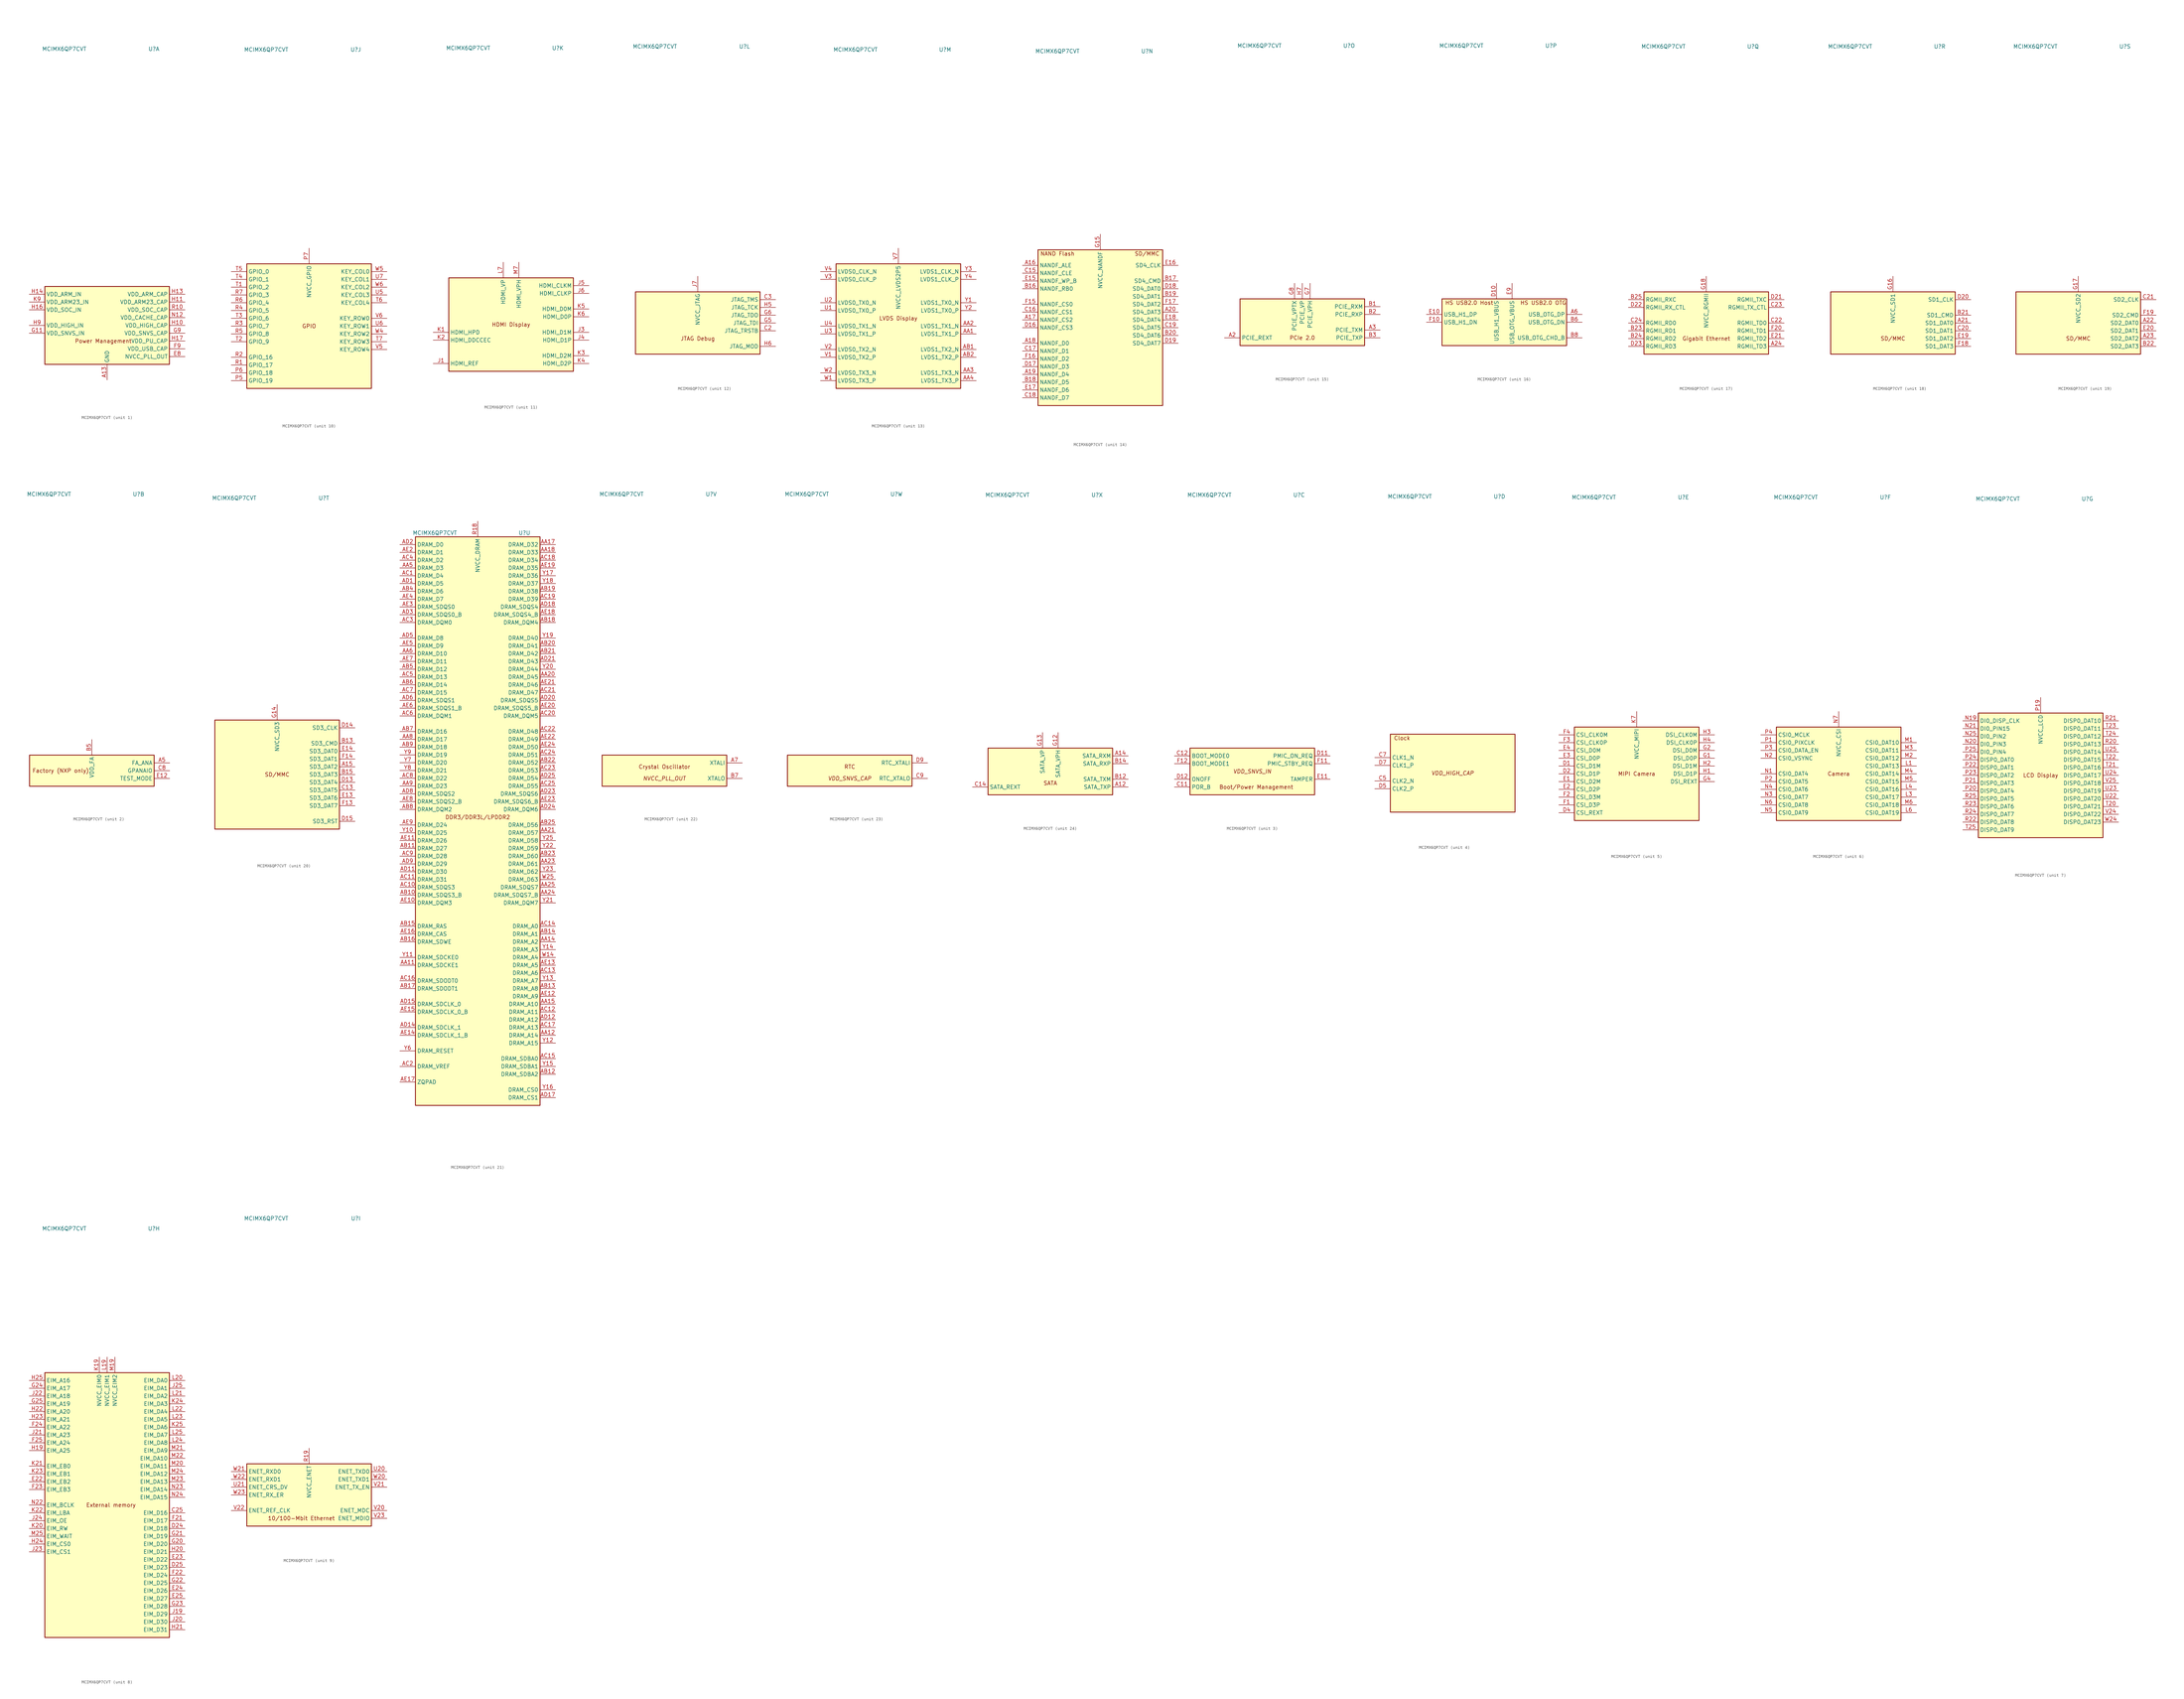
<source format=kicad_sym>
(kicad_symbol_lib
  (version 20211014)
  (generator kicad_symbol_editor)
  (symbol "MCIMX6QP7CVT"
    (property "Reference" "U"
      (at 15.24 90.17 0)
      (effects (font (size 1.27 1.27))))
    (property "Value" "MCIMX6QP7CVT"
      (at -13.97 90.17 0)
      (effects (font (size 1.27 1.27))))
    (property "ki_locked" ""
      (at 0 0 0)
      (effects (font (size 1.27 1.27))))
    (symbol "MCIMX6QP7CVT_1_0"
      (text "Power Management" (at -1.27 -5.08 0) (effects (font (size 1.27 1.27)))))
    (symbol "MCIMX6QP7CVT_1_1"
      (rectangle (start -20.32 12.7) (end 20.32 -12.7) (stroke (width 0.254) (type default) (color 0 0 0 0)) (fill (type background)))
      (pin power_in line (at 0 -17.78 90) (length 5.08) (name "GND" (effects (font (size 1.27 1.27)))) (number "A13" (effects (font (size 1.27 1.27)))))
      (pin passive line (at 0 -17.78 90) (length 5.08) hide (name "GND" (effects (font (size 1.27 1.27)))) (number "A25" (effects (font (size 1.27 1.27)))))
      (pin passive line (at 0 -17.78 90) (length 5.08) hide (name "GND" (effects (font (size 1.27 1.27)))) (number "A4" (effects (font (size 1.27 1.27)))))
      (pin passive line (at 0 -17.78 90) (length 5.08) hide (name "GND" (effects (font (size 1.27 1.27)))) (number "A8" (effects (font (size 1.27 1.27)))))
      (pin passive line (at 0 -17.78 90) (length 5.08) hide (name "GND" (effects (font (size 1.27 1.27)))) (number "AA10" (effects (font (size 1.27 1.27)))))
      (pin passive line (at 0 -17.78 90) (length 5.08) hide (name "GND" (effects (font (size 1.27 1.27)))) (number "AA13" (effects (font (size 1.27 1.27)))))
      (pin passive line (at 0 -17.78 90) (length 5.08) hide (name "GND" (effects (font (size 1.27 1.27)))) (number "AA16" (effects (font (size 1.27 1.27)))))
      (pin passive line (at 0 -17.78 90) (length 5.08) hide (name "GND" (effects (font (size 1.27 1.27)))) (number "AA19" (effects (font (size 1.27 1.27)))))
      (pin passive line (at 0 -17.78 90) (length 5.08) hide (name "GND" (effects (font (size 1.27 1.27)))) (number "AA22" (effects (font (size 1.27 1.27)))))
      (pin passive line (at 0 -17.78 90) (length 5.08) hide (name "GND" (effects (font (size 1.27 1.27)))) (number "AA7" (effects (font (size 1.27 1.27)))))
      (pin passive line (at 0 -17.78 90) (length 5.08) hide (name "GND" (effects (font (size 1.27 1.27)))) (number "AB24" (effects (font (size 1.27 1.27)))))
      (pin passive line (at 0 -17.78 90) (length 5.08) hide (name "GND" (effects (font (size 1.27 1.27)))) (number "AB3" (effects (font (size 1.27 1.27)))))
      (pin passive line (at 0 -17.78 90) (length 5.08) hide (name "GND" (effects (font (size 1.27 1.27)))) (number "AD10" (effects (font (size 1.27 1.27)))))
      (pin passive line (at 0 -17.78 90) (length 5.08) hide (name "GND" (effects (font (size 1.27 1.27)))) (number "AD13" (effects (font (size 1.27 1.27)))))
      (pin passive line (at 0 -17.78 90) (length 5.08) hide (name "GND" (effects (font (size 1.27 1.27)))) (number "AD16" (effects (font (size 1.27 1.27)))))
      (pin passive line (at 0 -17.78 90) (length 5.08) hide (name "GND" (effects (font (size 1.27 1.27)))) (number "AD19" (effects (font (size 1.27 1.27)))))
      (pin passive line (at 0 -17.78 90) (length 5.08) hide (name "GND" (effects (font (size 1.27 1.27)))) (number "AD22" (effects (font (size 1.27 1.27)))))
      (pin passive line (at 0 -17.78 90) (length 5.08) hide (name "GND" (effects (font (size 1.27 1.27)))) (number "AD4" (effects (font (size 1.27 1.27)))))
      (pin passive line (at 0 -17.78 90) (length 5.08) hide (name "GND" (effects (font (size 1.27 1.27)))) (number "AD7" (effects (font (size 1.27 1.27)))))
      (pin passive line (at 0 -17.78 90) (length 5.08) hide (name "GND" (effects (font (size 1.27 1.27)))) (number "AE1" (effects (font (size 1.27 1.27)))))
      (pin passive line (at 0 -17.78 90) (length 5.08) hide (name "GND" (effects (font (size 1.27 1.27)))) (number "AE25" (effects (font (size 1.27 1.27)))))
      (pin passive line (at 0 -17.78 90) (length 5.08) hide (name "GND" (effects (font (size 1.27 1.27)))) (number "B4" (effects (font (size 1.27 1.27)))))
      (pin passive line (at 0 -17.78 90) (length 5.08) hide (name "GND" (effects (font (size 1.27 1.27)))) (number "C1" (effects (font (size 1.27 1.27)))))
      (pin passive line (at 0 -17.78 90) (length 5.08) hide (name "GND" (effects (font (size 1.27 1.27)))) (number "C10" (effects (font (size 1.27 1.27)))))
      (pin passive line (at 0 -17.78 90) (length 5.08) hide (name "GND" (effects (font (size 1.27 1.27)))) (number "C4" (effects (font (size 1.27 1.27)))))
      (pin passive line (at 0 -17.78 90) (length 5.08) hide (name "GND" (effects (font (size 1.27 1.27)))) (number "C6" (effects (font (size 1.27 1.27)))))
      (pin passive line (at 0 -17.78 90) (length 5.08) hide (name "GND" (effects (font (size 1.27 1.27)))) (number "D3" (effects (font (size 1.27 1.27)))))
      (pin passive line (at 0 -17.78 90) (length 5.08) hide (name "GND" (effects (font (size 1.27 1.27)))) (number "D6" (effects (font (size 1.27 1.27)))))
      (pin passive line (at 0 -17.78 90) (length 5.08) hide (name "GND" (effects (font (size 1.27 1.27)))) (number "D8" (effects (font (size 1.27 1.27)))))
      (pin passive line (at 0 -17.78 90) (length 5.08) hide (name "GND" (effects (font (size 1.27 1.27)))) (number "E5" (effects (font (size 1.27 1.27)))))
      (pin passive line (at 0 -17.78 90) (length 5.08) hide (name "GND" (effects (font (size 1.27 1.27)))) (number "E6" (effects (font (size 1.27 1.27)))))
      (pin passive line (at 0 -17.78 90) (length 5.08) hide (name "GND" (effects (font (size 1.27 1.27)))) (number "E7" (effects (font (size 1.27 1.27)))))
      (pin power_out line (at 25.4 -10.16 180) (length 5.08) (name "NVCC_PLL_OUT" (effects (font (size 1.27 1.27)))) (number "E8" (effects (font (size 1.27 1.27)))))
      (pin passive line (at 0 -17.78 90) (length 5.08) hide (name "GND" (effects (font (size 1.27 1.27)))) (number "F5" (effects (font (size 1.27 1.27)))))
      (pin passive line (at 0 -17.78 90) (length 5.08) hide (name "GND" (effects (font (size 1.27 1.27)))) (number "F6" (effects (font (size 1.27 1.27)))))
      (pin passive line (at 0 -17.78 90) (length 5.08) hide (name "GND" (effects (font (size 1.27 1.27)))) (number "F7" (effects (font (size 1.27 1.27)))))
      (pin passive line (at 0 -17.78 90) (length 5.08) hide (name "GND" (effects (font (size 1.27 1.27)))) (number "F8" (effects (font (size 1.27 1.27)))))
      (pin power_out line (at 25.4 -7.62 180) (length 5.08) (name "VDD_USB_CAP" (effects (font (size 1.27 1.27)))) (number "F9" (effects (font (size 1.27 1.27)))))
      (pin passive line (at 0 -17.78 90) (length 5.08) hide (name "GND" (effects (font (size 1.27 1.27)))) (number "G10" (effects (font (size 1.27 1.27)))))
      (pin power_in line (at -25.4 -2.54 0) (length 5.08) (name "VDD_SNVS_IN" (effects (font (size 1.27 1.27)))) (number "G11" (effects (font (size 1.27 1.27)))))
      (pin passive line (at 0 -17.78 90) (length 5.08) hide (name "GND" (effects (font (size 1.27 1.27)))) (number "G19" (effects (font (size 1.27 1.27)))))
      (pin passive line (at 0 -17.78 90) (length 5.08) hide (name "GND" (effects (font (size 1.27 1.27)))) (number "G3" (effects (font (size 1.27 1.27)))))
      (pin power_out line (at 25.4 -2.54 180) (length 5.08) (name "VDD_SNVS_CAP" (effects (font (size 1.27 1.27)))) (number "G9" (effects (font (size 1.27 1.27)))))
      (pin power_out line (at 25.4 0 180) (length 5.08) (name "VDD_HIGH_CAP" (effects (font (size 1.27 1.27)))) (number "H10" (effects (font (size 1.27 1.27)))))
      (pin power_out line (at 25.4 7.62 180) (length 5.08) (name "VDD_ARM23_CAP" (effects (font (size 1.27 1.27)))) (number "H11" (effects (font (size 1.27 1.27)))))
      (pin passive line (at 0 -17.78 90) (length 5.08) hide (name "GND" (effects (font (size 1.27 1.27)))) (number "H12" (effects (font (size 1.27 1.27)))))
      (pin power_out line (at 25.4 10.16 180) (length 5.08) (name "VDD_ARM_CAP" (effects (font (size 1.27 1.27)))) (number "H13" (effects (font (size 1.27 1.27)))))
      (pin power_in line (at -25.4 10.16 0) (length 5.08) (name "VDD_ARM_IN" (effects (font (size 1.27 1.27)))) (number "H14" (effects (font (size 1.27 1.27)))))
      (pin passive line (at 0 -17.78 90) (length 5.08) hide (name "GND" (effects (font (size 1.27 1.27)))) (number "H15" (effects (font (size 1.27 1.27)))))
      (pin power_in line (at -25.4 5.08 0) (length 5.08) (name "VDD_SOC_IN" (effects (font (size 1.27 1.27)))) (number "H16" (effects (font (size 1.27 1.27)))))
      (pin power_out line (at 25.4 -5.08 180) (length 5.08) (name "VDD_PU_CAP" (effects (font (size 1.27 1.27)))) (number "H17" (effects (font (size 1.27 1.27)))))
      (pin passive line (at 0 -17.78 90) (length 5.08) hide (name "GND" (effects (font (size 1.27 1.27)))) (number "H18" (effects (font (size 1.27 1.27)))))
      (pin passive line (at 0 -17.78 90) (length 5.08) hide (name "GND" (effects (font (size 1.27 1.27)))) (number "H8" (effects (font (size 1.27 1.27)))))
      (pin power_in line (at -25.4 0 0) (length 5.08) (name "VDD_HIGH_IN" (effects (font (size 1.27 1.27)))) (number "H9" (effects (font (size 1.27 1.27)))))
      (pin passive line (at 25.4 0 180) (length 5.08) hide (name "VDD_HIGH_CAP" (effects (font (size 1.27 1.27)))) (number "J10" (effects (font (size 1.27 1.27)))))
      (pin passive line (at 25.4 7.62 180) (length 5.08) hide (name "VDD_ARM23_CAP" (effects (font (size 1.27 1.27)))) (number "J11" (effects (font (size 1.27 1.27)))))
      (pin passive line (at 0 -17.78 90) (length 5.08) hide (name "GND" (effects (font (size 1.27 1.27)))) (number "J12" (effects (font (size 1.27 1.27)))))
      (pin passive line (at 25.4 10.16 180) (length 5.08) hide (name "VDD_ARM_CAP" (effects (font (size 1.27 1.27)))) (number "J13" (effects (font (size 1.27 1.27)))))
      (pin passive line (at -25.4 10.16 0) (length 5.08) hide (name "VDD_ARM_IN" (effects (font (size 1.27 1.27)))) (number "J14" (effects (font (size 1.27 1.27)))))
      (pin passive line (at 0 -17.78 90) (length 5.08) hide (name "GND" (effects (font (size 1.27 1.27)))) (number "J15" (effects (font (size 1.27 1.27)))))
      (pin passive line (at -25.4 5.08 0) (length 5.08) hide (name "VDD_SOC_IN" (effects (font (size 1.27 1.27)))) (number "J16" (effects (font (size 1.27 1.27)))))
      (pin passive line (at 25.4 -5.08 180) (length 5.08) hide (name "VDD_PU_CAP" (effects (font (size 1.27 1.27)))) (number "J17" (effects (font (size 1.27 1.27)))))
      (pin passive line (at 0 -17.78 90) (length 5.08) hide (name "GND" (effects (font (size 1.27 1.27)))) (number "J18" (effects (font (size 1.27 1.27)))))
      (pin passive line (at 0 -17.78 90) (length 5.08) hide (name "GND" (effects (font (size 1.27 1.27)))) (number "J2" (effects (font (size 1.27 1.27)))))
      (pin passive line (at 0 -17.78 90) (length 5.08) hide (name "GND" (effects (font (size 1.27 1.27)))) (number "J8" (effects (font (size 1.27 1.27)))))
      (pin passive line (at -25.4 0 0) (length 5.08) hide (name "VDD_HIGH_IN" (effects (font (size 1.27 1.27)))) (number "J9" (effects (font (size 1.27 1.27)))))
      (pin passive line (at 0 -17.78 90) (length 5.08) hide (name "GND" (effects (font (size 1.27 1.27)))) (number "K10" (effects (font (size 1.27 1.27)))))
      (pin passive line (at 25.4 7.62 180) (length 5.08) hide (name "VDD_ARM23_CAP" (effects (font (size 1.27 1.27)))) (number "K11" (effects (font (size 1.27 1.27)))))
      (pin passive line (at 0 -17.78 90) (length 5.08) hide (name "GND" (effects (font (size 1.27 1.27)))) (number "K12" (effects (font (size 1.27 1.27)))))
      (pin passive line (at 25.4 10.16 180) (length 5.08) hide (name "VDD_ARM_CAP" (effects (font (size 1.27 1.27)))) (number "K13" (effects (font (size 1.27 1.27)))))
      (pin passive line (at -25.4 10.16 0) (length 5.08) hide (name "VDD_ARM_IN" (effects (font (size 1.27 1.27)))) (number "K14" (effects (font (size 1.27 1.27)))))
      (pin passive line (at 0 -17.78 90) (length 5.08) hide (name "GND" (effects (font (size 1.27 1.27)))) (number "K15" (effects (font (size 1.27 1.27)))))
      (pin passive line (at -25.4 5.08 0) (length 5.08) hide (name "VDD_SOC_IN" (effects (font (size 1.27 1.27)))) (number "K16" (effects (font (size 1.27 1.27)))))
      (pin passive line (at 25.4 -5.08 180) (length 5.08) hide (name "VDD_PU_CAP" (effects (font (size 1.27 1.27)))) (number "K17" (effects (font (size 1.27 1.27)))))
      (pin passive line (at 0 -17.78 90) (length 5.08) hide (name "GND" (effects (font (size 1.27 1.27)))) (number "K18" (effects (font (size 1.27 1.27)))))
      (pin passive line (at 0 -17.78 90) (length 5.08) hide (name "GND" (effects (font (size 1.27 1.27)))) (number "K8" (effects (font (size 1.27 1.27)))))
      (pin power_in line (at -25.4 7.62 0) (length 5.08) (name "VDD_ARM23_IN" (effects (font (size 1.27 1.27)))) (number "K9" (effects (font (size 1.27 1.27)))))
      (pin passive line (at 0 -17.78 90) (length 5.08) hide (name "GND" (effects (font (size 1.27 1.27)))) (number "L10" (effects (font (size 1.27 1.27)))))
      (pin passive line (at 25.4 7.62 180) (length 5.08) hide (name "VDD_ARM23_CAP" (effects (font (size 1.27 1.27)))) (number "L11" (effects (font (size 1.27 1.27)))))
      (pin passive line (at 0 -17.78 90) (length 5.08) hide (name "GND" (effects (font (size 1.27 1.27)))) (number "L12" (effects (font (size 1.27 1.27)))))
      (pin passive line (at 25.4 10.16 180) (length 5.08) hide (name "VDD_ARM_CAP" (effects (font (size 1.27 1.27)))) (number "L13" (effects (font (size 1.27 1.27)))))
      (pin passive line (at -25.4 10.16 0) (length 5.08) hide (name "VDD_ARM_IN" (effects (font (size 1.27 1.27)))) (number "L14" (effects (font (size 1.27 1.27)))))
      (pin passive line (at 0 -17.78 90) (length 5.08) hide (name "GND" (effects (font (size 1.27 1.27)))) (number "L15" (effects (font (size 1.27 1.27)))))
      (pin passive line (at -25.4 5.08 0) (length 5.08) hide (name "VDD_SOC_IN" (effects (font (size 1.27 1.27)))) (number "L16" (effects (font (size 1.27 1.27)))))
      (pin passive line (at 25.4 -5.08 180) (length 5.08) hide (name "VDD_PU_CAP" (effects (font (size 1.27 1.27)))) (number "L17" (effects (font (size 1.27 1.27)))))
      (pin passive line (at 0 -17.78 90) (length 5.08) hide (name "GND" (effects (font (size 1.27 1.27)))) (number "L18" (effects (font (size 1.27 1.27)))))
      (pin passive line (at 0 -17.78 90) (length 5.08) hide (name "GND" (effects (font (size 1.27 1.27)))) (number "L2" (effects (font (size 1.27 1.27)))))
      (pin passive line (at 0 -17.78 90) (length 5.08) hide (name "GND" (effects (font (size 1.27 1.27)))) (number "L5" (effects (font (size 1.27 1.27)))))
      (pin passive line (at 0 -17.78 90) (length 5.08) hide (name "GND" (effects (font (size 1.27 1.27)))) (number "L8" (effects (font (size 1.27 1.27)))))
      (pin passive line (at -25.4 7.62 0) (length 5.08) hide (name "VDD_ARM23_IN" (effects (font (size 1.27 1.27)))) (number "L9" (effects (font (size 1.27 1.27)))))
      (pin passive line (at 0 -17.78 90) (length 5.08) hide (name "GND" (effects (font (size 1.27 1.27)))) (number "M10" (effects (font (size 1.27 1.27)))))
      (pin passive line (at 25.4 7.62 180) (length 5.08) hide (name "VDD_ARM23_CAP" (effects (font (size 1.27 1.27)))) (number "M11" (effects (font (size 1.27 1.27)))))
      (pin passive line (at 0 -17.78 90) (length 5.08) hide (name "GND" (effects (font (size 1.27 1.27)))) (number "M12" (effects (font (size 1.27 1.27)))))
      (pin passive line (at 25.4 10.16 180) (length 5.08) hide (name "VDD_ARM_CAP" (effects (font (size 1.27 1.27)))) (number "M13" (effects (font (size 1.27 1.27)))))
      (pin passive line (at -25.4 10.16 0) (length 5.08) hide (name "VDD_ARM_IN" (effects (font (size 1.27 1.27)))) (number "M14" (effects (font (size 1.27 1.27)))))
      (pin passive line (at 0 -17.78 90) (length 5.08) hide (name "GND" (effects (font (size 1.27 1.27)))) (number "M15" (effects (font (size 1.27 1.27)))))
      (pin passive line (at -25.4 5.08 0) (length 5.08) hide (name "VDD_SOC_IN" (effects (font (size 1.27 1.27)))) (number "M16" (effects (font (size 1.27 1.27)))))
      (pin passive line (at 25.4 -5.08 180) (length 5.08) hide (name "VDD_PU_CAP" (effects (font (size 1.27 1.27)))) (number "M17" (effects (font (size 1.27 1.27)))))
      (pin passive line (at 0 -17.78 90) (length 5.08) hide (name "GND" (effects (font (size 1.27 1.27)))) (number "M18" (effects (font (size 1.27 1.27)))))
      (pin passive line (at 0 -17.78 90) (length 5.08) hide (name "GND" (effects (font (size 1.27 1.27)))) (number "M8" (effects (font (size 1.27 1.27)))))
      (pin passive line (at -25.4 7.62 0) (length 5.08) hide (name "VDD_ARM23_IN" (effects (font (size 1.27 1.27)))) (number "M9" (effects (font (size 1.27 1.27)))))
      (pin passive line (at 0 -17.78 90) (length 5.08) hide (name "GND" (effects (font (size 1.27 1.27)))) (number "N10" (effects (font (size 1.27 1.27)))))
      (pin passive line (at 25.4 7.62 180) (length 5.08) hide (name "VDD_ARM23_CAP" (effects (font (size 1.27 1.27)))) (number "N11" (effects (font (size 1.27 1.27)))))
      (pin power_in line (at 25.4 2.54 180) (length 5.08) (name "VDD_CACHE_CAP" (effects (font (size 1.27 1.27)))) (number "N12" (effects (font (size 1.27 1.27)))))
      (pin passive line (at 25.4 10.16 180) (length 5.08) hide (name "VDD_ARM_CAP" (effects (font (size 1.27 1.27)))) (number "N13" (effects (font (size 1.27 1.27)))))
      (pin passive line (at -25.4 10.16 0) (length 5.08) hide (name "VDD_ARM_IN" (effects (font (size 1.27 1.27)))) (number "N14" (effects (font (size 1.27 1.27)))))
      (pin passive line (at 0 -17.78 90) (length 5.08) hide (name "GND" (effects (font (size 1.27 1.27)))) (number "N15" (effects (font (size 1.27 1.27)))))
      (pin passive line (at -25.4 5.08 0) (length 5.08) hide (name "VDD_SOC_IN" (effects (font (size 1.27 1.27)))) (number "N16" (effects (font (size 1.27 1.27)))))
      (pin passive line (at 25.4 -5.08 180) (length 5.08) hide (name "VDD_PU_CAP" (effects (font (size 1.27 1.27)))) (number "N17" (effects (font (size 1.27 1.27)))))
      (pin passive line (at 0 -17.78 90) (length 5.08) hide (name "GND" (effects (font (size 1.27 1.27)))) (number "N18" (effects (font (size 1.27 1.27)))))
      (pin passive line (at 0 -17.78 90) (length 5.08) hide (name "GND" (effects (font (size 1.27 1.27)))) (number "N8" (effects (font (size 1.27 1.27)))))
      (pin passive line (at -25.4 7.62 0) (length 5.08) hide (name "VDD_ARM23_IN" (effects (font (size 1.27 1.27)))) (number "N9" (effects (font (size 1.27 1.27)))))
      (pin passive line (at 0 -17.78 90) (length 5.08) hide (name "GND" (effects (font (size 1.27 1.27)))) (number "P10" (effects (font (size 1.27 1.27)))))
      (pin passive line (at 25.4 7.62 180) (length 5.08) hide (name "VDD_ARM23_CAP" (effects (font (size 1.27 1.27)))) (number "P11" (effects (font (size 1.27 1.27)))))
      (pin passive line (at 0 -17.78 90) (length 5.08) hide (name "GND" (effects (font (size 1.27 1.27)))) (number "P12" (effects (font (size 1.27 1.27)))))
      (pin passive line (at 25.4 10.16 180) (length 5.08) hide (name "VDD_ARM_CAP" (effects (font (size 1.27 1.27)))) (number "P13" (effects (font (size 1.27 1.27)))))
      (pin passive line (at -25.4 10.16 0) (length 5.08) hide (name "VDD_ARM_IN" (effects (font (size 1.27 1.27)))) (number "P14" (effects (font (size 1.27 1.27)))))
      (pin passive line (at 0 -17.78 90) (length 5.08) hide (name "GND" (effects (font (size 1.27 1.27)))) (number "P15" (effects (font (size 1.27 1.27)))))
      (pin passive line (at -25.4 5.08 0) (length 5.08) hide (name "VDD_SOC_IN" (effects (font (size 1.27 1.27)))) (number "P16" (effects (font (size 1.27 1.27)))))
      (pin passive line (at 25.4 -5.08 180) (length 5.08) hide (name "VDD_PU_CAP" (effects (font (size 1.27 1.27)))) (number "P17" (effects (font (size 1.27 1.27)))))
      (pin passive line (at 0 -17.78 90) (length 5.08) hide (name "GND" (effects (font (size 1.27 1.27)))) (number "P18" (effects (font (size 1.27 1.27)))))
      (pin passive line (at 0 -17.78 90) (length 5.08) hide (name "GND" (effects (font (size 1.27 1.27)))) (number "P8" (effects (font (size 1.27 1.27)))))
      (pin passive line (at -25.4 7.62 0) (length 5.08) hide (name "VDD_ARM23_IN" (effects (font (size 1.27 1.27)))) (number "P9" (effects (font (size 1.27 1.27)))))
      (pin power_out line (at 25.4 5.08 180) (length 5.08) (name "VDD_SOC_CAP" (effects (font (size 1.27 1.27)))) (number "R10" (effects (font (size 1.27 1.27)))))
      (pin passive line (at 25.4 7.62 180) (length 5.08) hide (name "VDD_ARM23_CAP" (effects (font (size 1.27 1.27)))) (number "R11" (effects (font (size 1.27 1.27)))))
      (pin passive line (at 0 -17.78 90) (length 5.08) hide (name "GND" (effects (font (size 1.27 1.27)))) (number "R12" (effects (font (size 1.27 1.27)))))
      (pin passive line (at 25.4 10.16 180) (length 5.08) hide (name "VDD_ARM_CAP" (effects (font (size 1.27 1.27)))) (number "R13" (effects (font (size 1.27 1.27)))))
      (pin passive line (at -25.4 10.16 0) (length 5.08) hide (name "VDD_ARM_IN" (effects (font (size 1.27 1.27)))) (number "R14" (effects (font (size 1.27 1.27)))))
      (pin passive line (at 0 -17.78 90) (length 5.08) hide (name "GND" (effects (font (size 1.27 1.27)))) (number "R15" (effects (font (size 1.27 1.27)))))
      (pin passive line (at -25.4 5.08 0) (length 5.08) hide (name "VDD_SOC_IN" (effects (font (size 1.27 1.27)))) (number "R16" (effects (font (size 1.27 1.27)))))
      (pin passive line (at 0 -17.78 90) (length 5.08) hide (name "GND" (effects (font (size 1.27 1.27)))) (number "R17" (effects (font (size 1.27 1.27)))))
      (pin passive line (at 0 -17.78 90) (length 5.08) hide (name "GND" (effects (font (size 1.27 1.27)))) (number "R8" (effects (font (size 1.27 1.27)))))
      (pin passive line (at -25.4 7.62 0) (length 5.08) hide (name "VDD_ARM23_IN" (effects (font (size 1.27 1.27)))) (number "R9" (effects (font (size 1.27 1.27)))))
      (pin passive line (at 25.4 5.08 180) (length 5.08) hide (name "VDD_SOC_CAP" (effects (font (size 1.27 1.27)))) (number "T10" (effects (font (size 1.27 1.27)))))
      (pin passive line (at 0 -17.78 90) (length 5.08) hide (name "GND" (effects (font (size 1.27 1.27)))) (number "T11" (effects (font (size 1.27 1.27)))))
      (pin passive line (at 0 -17.78 90) (length 5.08) hide (name "GND" (effects (font (size 1.27 1.27)))) (number "T12" (effects (font (size 1.27 1.27)))))
      (pin passive line (at 25.4 5.08 180) (length 5.08) hide (name "VDD_SOC_CAP" (effects (font (size 1.27 1.27)))) (number "T13" (effects (font (size 1.27 1.27)))))
      (pin passive line (at 25.4 5.08 180) (length 5.08) hide (name "VDD_SOC_CAP" (effects (font (size 1.27 1.27)))) (number "T14" (effects (font (size 1.27 1.27)))))
      (pin passive line (at 0 -17.78 90) (length 5.08) hide (name "GND" (effects (font (size 1.27 1.27)))) (number "T15" (effects (font (size 1.27 1.27)))))
      (pin passive line (at -25.4 5.08 0) (length 5.08) hide (name "VDD_SOC_IN" (effects (font (size 1.27 1.27)))) (number "T16" (effects (font (size 1.27 1.27)))))
      (pin passive line (at 0 -17.78 90) (length 5.08) hide (name "GND" (effects (font (size 1.27 1.27)))) (number "T17" (effects (font (size 1.27 1.27)))))
      (pin passive line (at 0 -17.78 90) (length 5.08) hide (name "GND" (effects (font (size 1.27 1.27)))) (number "T19" (effects (font (size 1.27 1.27)))))
      (pin passive line (at 0 -17.78 90) (length 5.08) hide (name "GND" (effects (font (size 1.27 1.27)))) (number "T8" (effects (font (size 1.27 1.27)))))
      (pin passive line (at -25.4 7.62 0) (length 5.08) hide (name "VDD_ARM23_IN" (effects (font (size 1.27 1.27)))) (number "T9" (effects (font (size 1.27 1.27)))))
      (pin passive line (at 25.4 5.08 180) (length 5.08) hide (name "VDD_SOC_CAP" (effects (font (size 1.27 1.27)))) (number "U10" (effects (font (size 1.27 1.27)))))
      (pin passive line (at 0 -17.78 90) (length 5.08) hide (name "GND" (effects (font (size 1.27 1.27)))) (number "U11" (effects (font (size 1.27 1.27)))))
      (pin passive line (at 0 -17.78 90) (length 5.08) hide (name "GND" (effects (font (size 1.27 1.27)))) (number "U12" (effects (font (size 1.27 1.27)))))
      (pin passive line (at 25.4 5.08 180) (length 5.08) hide (name "VDD_SOC_CAP" (effects (font (size 1.27 1.27)))) (number "U13" (effects (font (size 1.27 1.27)))))
      (pin passive line (at 25.4 5.08 180) (length 5.08) hide (name "VDD_SOC_CAP" (effects (font (size 1.27 1.27)))) (number "U14" (effects (font (size 1.27 1.27)))))
      (pin passive line (at 0 -17.78 90) (length 5.08) hide (name "GND" (effects (font (size 1.27 1.27)))) (number "U15" (effects (font (size 1.27 1.27)))))
      (pin passive line (at -25.4 5.08 0) (length 5.08) hide (name "VDD_SOC_IN" (effects (font (size 1.27 1.27)))) (number "U16" (effects (font (size 1.27 1.27)))))
      (pin passive line (at 0 -17.78 90) (length 5.08) hide (name "GND" (effects (font (size 1.27 1.27)))) (number "U17" (effects (font (size 1.27 1.27)))))
      (pin passive line (at 0 -17.78 90) (length 5.08) hide (name "GND" (effects (font (size 1.27 1.27)))) (number "U19" (effects (font (size 1.27 1.27)))))
      (pin passive line (at 0 -17.78 90) (length 5.08) hide (name "GND" (effects (font (size 1.27 1.27)))) (number "U8" (effects (font (size 1.27 1.27)))))
      (pin passive line (at -25.4 7.62 0) (length 5.08) hide (name "VDD_ARM23_IN" (effects (font (size 1.27 1.27)))) (number "U9" (effects (font (size 1.27 1.27)))))
      (pin passive line (at 0 -17.78 90) (length 5.08) hide (name "GND" (effects (font (size 1.27 1.27)))) (number "V19" (effects (font (size 1.27 1.27)))))
      (pin passive line (at 0 -17.78 90) (length 5.08) hide (name "GND" (effects (font (size 1.27 1.27)))) (number "V8" (effects (font (size 1.27 1.27)))))
      (pin passive line (at 0 -17.78 90) (length 5.08) hide (name "GND" (effects (font (size 1.27 1.27)))) (number "W10" (effects (font (size 1.27 1.27)))))
      (pin passive line (at 0 -17.78 90) (length 5.08) hide (name "GND" (effects (font (size 1.27 1.27)))) (number "W11" (effects (font (size 1.27 1.27)))))
      (pin passive line (at 0 -17.78 90) (length 5.08) hide (name "GND" (effects (font (size 1.27 1.27)))) (number "W12" (effects (font (size 1.27 1.27)))))
      (pin passive line (at 0 -17.78 90) (length 5.08) hide (name "GND" (effects (font (size 1.27 1.27)))) (number "W13" (effects (font (size 1.27 1.27)))))
      (pin passive line (at 0 -17.78 90) (length 5.08) hide (name "GND" (effects (font (size 1.27 1.27)))) (number "W15" (effects (font (size 1.27 1.27)))))
      (pin passive line (at 0 -17.78 90) (length 5.08) hide (name "GND" (effects (font (size 1.27 1.27)))) (number "W16" (effects (font (size 1.27 1.27)))))
      (pin passive line (at 0 -17.78 90) (length 5.08) hide (name "GND" (effects (font (size 1.27 1.27)))) (number "W17" (effects (font (size 1.27 1.27)))))
      (pin passive line (at 0 -17.78 90) (length 5.08) hide (name "GND" (effects (font (size 1.27 1.27)))) (number "W18" (effects (font (size 1.27 1.27)))))
      (pin passive line (at 0 -17.78 90) (length 5.08) hide (name "GND" (effects (font (size 1.27 1.27)))) (number "W19" (effects (font (size 1.27 1.27)))))
      (pin passive line (at 0 -17.78 90) (length 5.08) hide (name "GND" (effects (font (size 1.27 1.27)))) (number "W3" (effects (font (size 1.27 1.27)))))
      (pin passive line (at 0 -17.78 90) (length 5.08) hide (name "GND" (effects (font (size 1.27 1.27)))) (number "W7" (effects (font (size 1.27 1.27)))))
      (pin passive line (at 0 -17.78 90) (length 5.08) hide (name "GND" (effects (font (size 1.27 1.27)))) (number "W8" (effects (font (size 1.27 1.27)))))
      (pin passive line (at 0 -17.78 90) (length 5.08) hide (name "GND" (effects (font (size 1.27 1.27)))) (number "W9" (effects (font (size 1.27 1.27)))))
      (pin passive line (at 0 -17.78 90) (length 5.08) hide (name "GND" (effects (font (size 1.27 1.27)))) (number "Y24" (effects (font (size 1.27 1.27)))))
      (pin passive line (at 0 -17.78 90) (length 5.08) hide (name "GND" (effects (font (size 1.27 1.27)))) (number "Y5" (effects (font (size 1.27 1.27))))))
    (symbol "MCIMX6QP7CVT_2_0"
      (text "Factory (NXP only)" (at -10.16 0 0) (effects (font (size 1.27 1.27)))))
    (symbol "MCIMX6QP7CVT_2_1"
      (rectangle (start -20.32 5.08) (end 20.32 -5.08) (stroke (width 0.254) (type default) (color 0 0 0 0)) (fill (type background)))
      (pin passive line (at 25.4 2.54 180) (length 5.08) (name "FA_ANA" (effects (font (size 1.27 1.27)))) (number "A5" (effects (font (size 1.27 1.27)))))
      (pin passive line (at 0 10.16 270) (length 5.08) (name "VDD_FA" (effects (font (size 1.27 1.27)))) (number "B5" (effects (font (size 1.27 1.27)))))
      (pin passive line (at 25.4 0 180) (length 5.08) (name "GPANAIO" (effects (font (size 1.27 1.27)))) (number "C8" (effects (font (size 1.27 1.27)))))
      (pin passive line (at 25.4 -2.54 180) (length 5.08) (name "TEST_MODE" (effects (font (size 1.27 1.27)))) (number "E12" (effects (font (size 1.27 1.27))))))
    (symbol "MCIMX6QP7CVT_3_0"
      (text "Boot/Power Management" (at 1.27 -5.08 0) (effects (font (size 1.27 1.27)))))
    (symbol "MCIMX6QP7CVT_3_1"
      (rectangle (start -20.32 7.62) (end 20.32 -7.62) (stroke (width 0.254) (type default) (color 0 0 0 0)) (fill (type background)))
      (text "VDD_SNVS_IN" (at 0 0 0) (effects (font (size 1.27 1.27) italic)))
      (pin input line (at -25.4 -5.08 0) (length 5.08) (name "POR_B" (effects (font (size 1.27 1.27)))) (number "C11" (effects (font (size 1.27 1.27)))))
      (pin input line (at -25.4 5.08 0) (length 5.08) (name "BOOT_MODE0" (effects (font (size 1.27 1.27)))) (number "C12" (effects (font (size 1.27 1.27)))))
      (pin output line (at 25.4 5.08 180) (length 5.08) (name "PMIC_ON_REQ" (effects (font (size 1.27 1.27)))) (number "D11" (effects (font (size 1.27 1.27)))))
      (pin input line (at -25.4 -2.54 0) (length 5.08) (name "ONOFF" (effects (font (size 1.27 1.27)))) (number "D12" (effects (font (size 1.27 1.27)))))
      (pin input line (at 25.4 -2.54 180) (length 5.08) (name "TAMPER" (effects (font (size 1.27 1.27)))) (number "E11" (effects (font (size 1.27 1.27)))))
      (pin output line (at 25.4 2.54 180) (length 5.08) (name "PMIC_STBY_REQ" (effects (font (size 1.27 1.27)))) (number "F11" (effects (font (size 1.27 1.27)))))
      (pin input line (at -25.4 2.54 0) (length 5.08) (name "BOOT_MODE1" (effects (font (size 1.27 1.27)))) (number "F12" (effects (font (size 1.27 1.27))))))
    (symbol "MCIMX6QP7CVT_4_0"
      (text "Clock" (at -16.51 11.43 0) (effects (font (size 1.27 1.27)))))
    (symbol "MCIMX6QP7CVT_4_1"
      (rectangle (start -20.32 12.7) (end 20.32 -12.7) (stroke (width 0.254) (type default) (color 0 0 0 0)) (fill (type background)))
      (text "VDD_HIGH_CAP" (at 0 0 0) (effects (font (size 1.27 1.27) italic)))
      (pin no_connect line (at 17.78 -2.54 180) (length 5.08) hide (name "NC" (effects (font (size 1.27 1.27)))) (number "A10" (effects (font (size 1.27 1.27)))))
      (pin no_connect line (at 17.78 7.62 180) (length 5.08) hide (name "NC" (effects (font (size 1.27 1.27)))) (number "A11" (effects (font (size 1.27 1.27)))))
      (pin no_connect line (at 17.78 -7.62 180) (length 5.08) hide (name "NC" (effects (font (size 1.27 1.27)))) (number "A9" (effects (font (size 1.27 1.27)))))
      (pin no_connect line (at 17.78 0 180) (length 5.08) hide (name "NC" (effects (font (size 1.27 1.27)))) (number "B10" (effects (font (size 1.27 1.27)))))
      (pin no_connect line (at 17.78 5.08 180) (length 5.08) hide (name "NC" (effects (font (size 1.27 1.27)))) (number "B11" (effects (font (size 1.27 1.27)))))
      (pin no_connect line (at 17.78 -10.16 180) (length 5.08) hide (name "NC" (effects (font (size 1.27 1.27)))) (number "B9" (effects (font (size 1.27 1.27)))))
      (pin bidirectional line (at -25.4 -2.54 0) (length 5.08) (name "CLK2_N" (effects (font (size 1.27 1.27)))) (number "C5" (effects (font (size 1.27 1.27)))))
      (pin bidirectional line (at -25.4 5.08 0) (length 5.08) (name "CLK1_N" (effects (font (size 1.27 1.27)))) (number "C7" (effects (font (size 1.27 1.27)))))
      (pin bidirectional line (at -25.4 -5.08 0) (length 5.08) (name "CLK2_P" (effects (font (size 1.27 1.27)))) (number "D5" (effects (font (size 1.27 1.27)))))
      (pin bidirectional line (at -25.4 2.54 0) (length 5.08) (name "CLK1_P" (effects (font (size 1.27 1.27)))) (number "D7" (effects (font (size 1.27 1.27))))))
    (symbol "MCIMX6QP7CVT_5_0"
      (text "MIPI Camera" (at 0 0 0) (effects (font (size 1.27 1.27)))))
    (symbol "MCIMX6QP7CVT_5_1"
      (rectangle (start -20.32 15.24) (end 20.32 -15.24) (stroke (width 0.254) (type default) (color 0 0 0 0)) (fill (type background)))
      (pin input line (at -25.4 2.54 0) (length 5.08) (name "CSI_D1M" (effects (font (size 1.27 1.27)))) (number "D1" (effects (font (size 1.27 1.27)))))
      (pin input line (at -25.4 0 0) (length 5.08) (name "CSI_D1P" (effects (font (size 1.27 1.27)))) (number "D2" (effects (font (size 1.27 1.27)))))
      (pin passive line (at -25.4 -12.7 0) (length 5.08) (name "CSI_REXT" (effects (font (size 1.27 1.27)))) (number "D4" (effects (font (size 1.27 1.27)))))
      (pin input line (at -25.4 -2.54 0) (length 5.08) (name "CSI_D2M" (effects (font (size 1.27 1.27)))) (number "E1" (effects (font (size 1.27 1.27)))))
      (pin input line (at -25.4 -5.08 0) (length 5.08) (name "CSI_D2P" (effects (font (size 1.27 1.27)))) (number "E2" (effects (font (size 1.27 1.27)))))
      (pin input line (at -25.4 5.08 0) (length 5.08) (name "CSI_D0P" (effects (font (size 1.27 1.27)))) (number "E3" (effects (font (size 1.27 1.27)))))
      (pin input line (at -25.4 7.62 0) (length 5.08) (name "CSI_D0M" (effects (font (size 1.27 1.27)))) (number "E4" (effects (font (size 1.27 1.27)))))
      (pin input line (at -25.4 -10.16 0) (length 5.08) (name "CSI_D3P" (effects (font (size 1.27 1.27)))) (number "F1" (effects (font (size 1.27 1.27)))))
      (pin input line (at -25.4 -7.62 0) (length 5.08) (name "CSI_D3M" (effects (font (size 1.27 1.27)))) (number "F2" (effects (font (size 1.27 1.27)))))
      (pin input line (at -25.4 10.16 0) (length 5.08) (name "CSI_CLK0P" (effects (font (size 1.27 1.27)))) (number "F3" (effects (font (size 1.27 1.27)))))
      (pin input line (at -25.4 12.7 0) (length 5.08) (name "CSI_CLK0M" (effects (font (size 1.27 1.27)))) (number "F4" (effects (font (size 1.27 1.27)))))
      (pin output line (at 25.4 5.08 180) (length 5.08) (name "DSI_D0P" (effects (font (size 1.27 1.27)))) (number "G1" (effects (font (size 1.27 1.27)))))
      (pin output line (at 25.4 7.62 180) (length 5.08) (name "DSI_D0M" (effects (font (size 1.27 1.27)))) (number "G2" (effects (font (size 1.27 1.27)))))
      (pin passive line (at 25.4 -2.54 180) (length 5.08) (name "DSI_REXT" (effects (font (size 1.27 1.27)))) (number "G4" (effects (font (size 1.27 1.27)))))
      (pin output line (at 25.4 0 180) (length 5.08) (name "DSI_D1P" (effects (font (size 1.27 1.27)))) (number "H1" (effects (font (size 1.27 1.27)))))
      (pin output line (at 25.4 2.54 180) (length 5.08) (name "DSI_D1M" (effects (font (size 1.27 1.27)))) (number "H2" (effects (font (size 1.27 1.27)))))
      (pin output line (at 25.4 12.7 180) (length 5.08) (name "DSI_CLK0M" (effects (font (size 1.27 1.27)))) (number "H3" (effects (font (size 1.27 1.27)))))
      (pin output line (at 25.4 10.16 180) (length 5.08) (name "DSI_CLK0P" (effects (font (size 1.27 1.27)))) (number "H4" (effects (font (size 1.27 1.27)))))
      (pin power_in line (at 0 20.32 270) (length 5.08) (name "NVCC_MIPI" (effects (font (size 1.27 1.27)))) (number "K7" (effects (font (size 1.27 1.27))))))
    (symbol "MCIMX6QP7CVT_6_0"
      (text "Camera" (at 0 0 0) (effects (font (size 1.27 1.27)))))
    (symbol "MCIMX6QP7CVT_6_1"
      (rectangle (start -20.32 15.24) (end 20.32 -15.24) (stroke (width 0.254) (type default) (color 0 0 0 0)) (fill (type background)))
      (pin bidirectional line (at 25.4 2.54 180) (length 5.08) (name "CSI0_DAT13" (effects (font (size 1.27 1.27)))) (number "L1" (effects (font (size 1.27 1.27)))))
      (pin bidirectional line (at 25.4 -7.62 180) (length 5.08) (name "CSI0_DAT17" (effects (font (size 1.27 1.27)))) (number "L3" (effects (font (size 1.27 1.27)))))
      (pin bidirectional line (at 25.4 -5.08 180) (length 5.08) (name "CSI0_DAT16" (effects (font (size 1.27 1.27)))) (number "L4" (effects (font (size 1.27 1.27)))))
      (pin bidirectional line (at 25.4 -12.7 180) (length 5.08) (name "CSI0_DAT19" (effects (font (size 1.27 1.27)))) (number "L6" (effects (font (size 1.27 1.27)))))
      (pin bidirectional line (at 25.4 10.16 180) (length 5.08) (name "CSI0_DAT10" (effects (font (size 1.27 1.27)))) (number "M1" (effects (font (size 1.27 1.27)))))
      (pin bidirectional line (at 25.4 5.08 180) (length 5.08) (name "CSI0_DAT12" (effects (font (size 1.27 1.27)))) (number "M2" (effects (font (size 1.27 1.27)))))
      (pin bidirectional line (at 25.4 7.62 180) (length 5.08) (name "CSI0_DAT11" (effects (font (size 1.27 1.27)))) (number "M3" (effects (font (size 1.27 1.27)))))
      (pin bidirectional line (at 25.4 0 180) (length 5.08) (name "CSI0_DAT14" (effects (font (size 1.27 1.27)))) (number "M4" (effects (font (size 1.27 1.27)))))
      (pin bidirectional line (at 25.4 -2.54 180) (length 5.08) (name "CSI0_DAT15" (effects (font (size 1.27 1.27)))) (number "M5" (effects (font (size 1.27 1.27)))))
      (pin bidirectional line (at 25.4 -10.16 180) (length 5.08) (name "CSI0_DAT18" (effects (font (size 1.27 1.27)))) (number "M6" (effects (font (size 1.27 1.27)))))
      (pin bidirectional line (at -25.4 0 0) (length 5.08) (name "CSI0_DAT4" (effects (font (size 1.27 1.27)))) (number "N1" (effects (font (size 1.27 1.27)))))
      (pin bidirectional line (at -25.4 5.08 0) (length 5.08) (name "CSI0_VSYNC" (effects (font (size 1.27 1.27)))) (number "N2" (effects (font (size 1.27 1.27)))))
      (pin bidirectional line (at -25.4 -7.62 0) (length 5.08) (name "CSI0_DAT7" (effects (font (size 1.27 1.27)))) (number "N3" (effects (font (size 1.27 1.27)))))
      (pin bidirectional line (at -25.4 -5.08 0) (length 5.08) (name "CSI0_DAT6" (effects (font (size 1.27 1.27)))) (number "N4" (effects (font (size 1.27 1.27)))))
      (pin bidirectional line (at -25.4 -12.7 0) (length 5.08) (name "CSI0_DAT9" (effects (font (size 1.27 1.27)))) (number "N5" (effects (font (size 1.27 1.27)))))
      (pin bidirectional line (at -25.4 -10.16 0) (length 5.08) (name "CSI0_DAT8" (effects (font (size 1.27 1.27)))) (number "N6" (effects (font (size 1.27 1.27)))))
      (pin power_in line (at 0 20.32 270) (length 5.08) (name "NVCC_CSI" (effects (font (size 1.27 1.27)))) (number "N7" (effects (font (size 1.27 1.27)))))
      (pin bidirectional line (at -25.4 10.16 0) (length 5.08) (name "CSI0_PIXCLK" (effects (font (size 1.27 1.27)))) (number "P1" (effects (font (size 1.27 1.27)))))
      (pin bidirectional line (at -25.4 -2.54 0) (length 5.08) (name "CSI0_DAT5" (effects (font (size 1.27 1.27)))) (number "P2" (effects (font (size 1.27 1.27)))))
      (pin bidirectional line (at -25.4 7.62 0) (length 5.08) (name "CSI0_DATA_EN" (effects (font (size 1.27 1.27)))) (number "P3" (effects (font (size 1.27 1.27)))))
      (pin bidirectional line (at -25.4 12.7 0) (length 5.08) (name "CSI0_MCLK" (effects (font (size 1.27 1.27)))) (number "P4" (effects (font (size 1.27 1.27))))))
    (symbol "MCIMX6QP7CVT_7_0"
      (text "LCD Display" (at 0 0 0) (effects (font (size 1.27 1.27)))))
    (symbol "MCIMX6QP7CVT_7_1"
      (rectangle (start -20.32 20.32) (end 20.32 -20.32) (stroke (width 0.254) (type default) (color 0 0 0 0)) (fill (type background)))
      (pin bidirectional line (at -25.4 17.78 0) (length 5.08) (name "DI0_DISP_CLK" (effects (font (size 1.27 1.27)))) (number "N19" (effects (font (size 1.27 1.27)))))
      (pin bidirectional line (at -25.4 10.16 0) (length 5.08) (name "DI0_PIN3" (effects (font (size 1.27 1.27)))) (number "N20" (effects (font (size 1.27 1.27)))))
      (pin bidirectional line (at -25.4 15.24 0) (length 5.08) (name "DI0_PIN15" (effects (font (size 1.27 1.27)))) (number "N21" (effects (font (size 1.27 1.27)))))
      (pin bidirectional line (at -25.4 12.7 0) (length 5.08) (name "DI0_PIN2" (effects (font (size 1.27 1.27)))) (number "N25" (effects (font (size 1.27 1.27)))))
      (pin power_in line (at 0 25.4 270) (length 5.08) (name "NVCC_LCD" (effects (font (size 1.27 1.27)))) (number "P19" (effects (font (size 1.27 1.27)))))
      (pin bidirectional line (at -25.4 -5.08 0) (length 5.08) (name "DISP0_DAT4" (effects (font (size 1.27 1.27)))) (number "P20" (effects (font (size 1.27 1.27)))))
      (pin bidirectional line (at -25.4 -2.54 0) (length 5.08) (name "DISP0_DAT3" (effects (font (size 1.27 1.27)))) (number "P21" (effects (font (size 1.27 1.27)))))
      (pin bidirectional line (at -25.4 2.54 0) (length 5.08) (name "DISP0_DAT1" (effects (font (size 1.27 1.27)))) (number "P22" (effects (font (size 1.27 1.27)))))
      (pin bidirectional line (at -25.4 0 0) (length 5.08) (name "DISP0_DAT2" (effects (font (size 1.27 1.27)))) (number "P23" (effects (font (size 1.27 1.27)))))
      (pin bidirectional line (at -25.4 5.08 0) (length 5.08) (name "DISP0_DAT0" (effects (font (size 1.27 1.27)))) (number "P24" (effects (font (size 1.27 1.27)))))
      (pin bidirectional line (at -25.4 7.62 0) (length 5.08) (name "DI0_PIN4" (effects (font (size 1.27 1.27)))) (number "P25" (effects (font (size 1.27 1.27)))))
      (pin bidirectional line (at 25.4 10.16 180) (length 5.08) (name "DISP0_DAT13" (effects (font (size 1.27 1.27)))) (number "R20" (effects (font (size 1.27 1.27)))))
      (pin bidirectional line (at 25.4 17.78 180) (length 5.08) (name "DISP0_DAT10" (effects (font (size 1.27 1.27)))) (number "R21" (effects (font (size 1.27 1.27)))))
      (pin bidirectional line (at -25.4 -15.24 0) (length 5.08) (name "DISP0_DAT8" (effects (font (size 1.27 1.27)))) (number "R22" (effects (font (size 1.27 1.27)))))
      (pin bidirectional line (at -25.4 -10.16 0) (length 5.08) (name "DISP0_DAT6" (effects (font (size 1.27 1.27)))) (number "R23" (effects (font (size 1.27 1.27)))))
      (pin bidirectional line (at -25.4 -12.7 0) (length 5.08) (name "DISP0_DAT7" (effects (font (size 1.27 1.27)))) (number "R24" (effects (font (size 1.27 1.27)))))
      (pin bidirectional line (at -25.4 -7.62 0) (length 5.08) (name "DISP0_DAT5" (effects (font (size 1.27 1.27)))) (number "R25" (effects (font (size 1.27 1.27)))))
      (pin bidirectional line (at 25.4 -10.16 180) (length 5.08) (name "DISP0_DAT21" (effects (font (size 1.27 1.27)))) (number "T20" (effects (font (size 1.27 1.27)))))
      (pin bidirectional line (at 25.4 2.54 180) (length 5.08) (name "DISP0_DAT16" (effects (font (size 1.27 1.27)))) (number "T21" (effects (font (size 1.27 1.27)))))
      (pin bidirectional line (at 25.4 5.08 180) (length 5.08) (name "DISP0_DAT15" (effects (font (size 1.27 1.27)))) (number "T22" (effects (font (size 1.27 1.27)))))
      (pin bidirectional line (at 25.4 15.24 180) (length 5.08) (name "DISP0_DAT11" (effects (font (size 1.27 1.27)))) (number "T23" (effects (font (size 1.27 1.27)))))
      (pin bidirectional line (at 25.4 12.7 180) (length 5.08) (name "DISP0_DAT12" (effects (font (size 1.27 1.27)))) (number "T24" (effects (font (size 1.27 1.27)))))
      (pin bidirectional line (at -25.4 -17.78 0) (length 5.08) (name "DISP0_DAT9" (effects (font (size 1.27 1.27)))) (number "T25" (effects (font (size 1.27 1.27)))))
      (pin bidirectional line (at 25.4 -7.62 180) (length 5.08) (name "DISP0_DAT20" (effects (font (size 1.27 1.27)))) (number "U22" (effects (font (size 1.27 1.27)))))
      (pin bidirectional line (at 25.4 -5.08 180) (length 5.08) (name "DISP0_DAT19" (effects (font (size 1.27 1.27)))) (number "U23" (effects (font (size 1.27 1.27)))))
      (pin bidirectional line (at 25.4 0 180) (length 5.08) (name "DISP0_DAT17" (effects (font (size 1.27 1.27)))) (number "U24" (effects (font (size 1.27 1.27)))))
      (pin bidirectional line (at 25.4 7.62 180) (length 5.08) (name "DISP0_DAT14" (effects (font (size 1.27 1.27)))) (number "U25" (effects (font (size 1.27 1.27)))))
      (pin bidirectional line (at 25.4 -12.7 180) (length 5.08) (name "DISP0_DAT22" (effects (font (size 1.27 1.27)))) (number "V24" (effects (font (size 1.27 1.27)))))
      (pin bidirectional line (at 25.4 -2.54 180) (length 5.08) (name "DISP0_DAT18" (effects (font (size 1.27 1.27)))) (number "V25" (effects (font (size 1.27 1.27)))))
      (pin bidirectional line (at 25.4 -15.24 180) (length 5.08) (name "DISP0_DAT23" (effects (font (size 1.27 1.27)))) (number "W24" (effects (font (size 1.27 1.27))))))
    (symbol "MCIMX6QP7CVT_8_0"
      (text "External memory" (at 1.27 0 0) (effects (font (size 1.27 1.27)))))
    (symbol "MCIMX6QP7CVT_8_1"
      (rectangle (start -20.32 43.18) (end 20.32 -43.18) (stroke (width 0.254) (type default) (color 0 0 0 0)) (fill (type background)))
      (pin bidirectional line (at 25.4 -2.54 180) (length 5.08) (name "EIM_D16" (effects (font (size 1.27 1.27)))) (number "C25" (effects (font (size 1.27 1.27)))))
      (pin bidirectional line (at 25.4 -7.62 180) (length 5.08) (name "EIM_D18" (effects (font (size 1.27 1.27)))) (number "D24" (effects (font (size 1.27 1.27)))))
      (pin bidirectional line (at 25.4 -20.32 180) (length 5.08) (name "EIM_D23" (effects (font (size 1.27 1.27)))) (number "D25" (effects (font (size 1.27 1.27)))))
      (pin bidirectional line (at -25.4 7.62 0) (length 5.08) (name "EIM_EB2" (effects (font (size 1.27 1.27)))) (number "E22" (effects (font (size 1.27 1.27)))))
      (pin bidirectional line (at 25.4 -17.78 180) (length 5.08) (name "EIM_D22" (effects (font (size 1.27 1.27)))) (number "E23" (effects (font (size 1.27 1.27)))))
      (pin bidirectional line (at 25.4 -27.94 180) (length 5.08) (name "EIM_D26" (effects (font (size 1.27 1.27)))) (number "E24" (effects (font (size 1.27 1.27)))))
      (pin bidirectional line (at 25.4 -30.48 180) (length 5.08) (name "EIM_D27" (effects (font (size 1.27 1.27)))) (number "E25" (effects (font (size 1.27 1.27)))))
      (pin bidirectional line (at 25.4 -5.08 180) (length 5.08) (name "EIM_D17" (effects (font (size 1.27 1.27)))) (number "F21" (effects (font (size 1.27 1.27)))))
      (pin bidirectional line (at 25.4 -22.86 180) (length 5.08) (name "EIM_D24" (effects (font (size 1.27 1.27)))) (number "F22" (effects (font (size 1.27 1.27)))))
      (pin bidirectional line (at -25.4 5.08 0) (length 5.08) (name "EIM_EB3" (effects (font (size 1.27 1.27)))) (number "F23" (effects (font (size 1.27 1.27)))))
      (pin bidirectional line (at -25.4 25.4 0) (length 5.08) (name "EIM_A22" (effects (font (size 1.27 1.27)))) (number "F24" (effects (font (size 1.27 1.27)))))
      (pin bidirectional line (at -25.4 20.32 0) (length 5.08) (name "EIM_A24" (effects (font (size 1.27 1.27)))) (number "F25" (effects (font (size 1.27 1.27)))))
      (pin bidirectional line (at 25.4 -12.7 180) (length 5.08) (name "EIM_D20" (effects (font (size 1.27 1.27)))) (number "G20" (effects (font (size 1.27 1.27)))))
      (pin bidirectional line (at 25.4 -10.16 180) (length 5.08) (name "EIM_D19" (effects (font (size 1.27 1.27)))) (number "G21" (effects (font (size 1.27 1.27)))))
      (pin bidirectional line (at 25.4 -25.4 180) (length 5.08) (name "EIM_D25" (effects (font (size 1.27 1.27)))) (number "G22" (effects (font (size 1.27 1.27)))))
      (pin bidirectional line (at 25.4 -33.02 180) (length 5.08) (name "EIM_D28" (effects (font (size 1.27 1.27)))) (number "G23" (effects (font (size 1.27 1.27)))))
      (pin bidirectional line (at -25.4 38.1 0) (length 5.08) (name "EIM_A17" (effects (font (size 1.27 1.27)))) (number "G24" (effects (font (size 1.27 1.27)))))
      (pin bidirectional line (at -25.4 33.02 0) (length 5.08) (name "EIM_A19" (effects (font (size 1.27 1.27)))) (number "G25" (effects (font (size 1.27 1.27)))))
      (pin bidirectional line (at -25.4 17.78 0) (length 5.08) (name "EIM_A25" (effects (font (size 1.27 1.27)))) (number "H19" (effects (font (size 1.27 1.27)))))
      (pin bidirectional line (at 25.4 -15.24 180) (length 5.08) (name "EIM_D21" (effects (font (size 1.27 1.27)))) (number "H20" (effects (font (size 1.27 1.27)))))
      (pin bidirectional line (at 25.4 -40.64 180) (length 5.08) (name "EIM_D31" (effects (font (size 1.27 1.27)))) (number "H21" (effects (font (size 1.27 1.27)))))
      (pin bidirectional line (at -25.4 30.48 0) (length 5.08) (name "EIM_A20" (effects (font (size 1.27 1.27)))) (number "H22" (effects (font (size 1.27 1.27)))))
      (pin bidirectional line (at -25.4 27.94 0) (length 5.08) (name "EIM_A21" (effects (font (size 1.27 1.27)))) (number "H23" (effects (font (size 1.27 1.27)))))
      (pin bidirectional line (at -25.4 -12.7 0) (length 5.08) (name "EIM_CS0" (effects (font (size 1.27 1.27)))) (number "H24" (effects (font (size 1.27 1.27)))))
      (pin bidirectional line (at -25.4 40.64 0) (length 5.08) (name "EIM_A16" (effects (font (size 1.27 1.27)))) (number "H25" (effects (font (size 1.27 1.27)))))
      (pin bidirectional line (at 25.4 -35.56 180) (length 5.08) (name "EIM_D29" (effects (font (size 1.27 1.27)))) (number "J19" (effects (font (size 1.27 1.27)))))
      (pin bidirectional line (at 25.4 -38.1 180) (length 5.08) (name "EIM_D30" (effects (font (size 1.27 1.27)))) (number "J20" (effects (font (size 1.27 1.27)))))
      (pin bidirectional line (at -25.4 22.86 0) (length 5.08) (name "EIM_A23" (effects (font (size 1.27 1.27)))) (number "J21" (effects (font (size 1.27 1.27)))))
      (pin bidirectional line (at -25.4 35.56 0) (length 5.08) (name "EIM_A18" (effects (font (size 1.27 1.27)))) (number "J22" (effects (font (size 1.27 1.27)))))
      (pin bidirectional line (at -25.4 -15.24 0) (length 5.08) (name "EIM_CS1" (effects (font (size 1.27 1.27)))) (number "J23" (effects (font (size 1.27 1.27)))))
      (pin bidirectional line (at -25.4 -5.08 0) (length 5.08) (name "EIM_OE" (effects (font (size 1.27 1.27)))) (number "J24" (effects (font (size 1.27 1.27)))))
      (pin bidirectional line (at 25.4 38.1 180) (length 5.08) (name "EIM_DA1" (effects (font (size 1.27 1.27)))) (number "J25" (effects (font (size 1.27 1.27)))))
      (pin power_in line (at -2.54 48.26 270) (length 5.08) (name "NVCC_EIM0" (effects (font (size 1.27 1.27)))) (number "K19" (effects (font (size 1.27 1.27)))))
      (pin bidirectional line (at -25.4 -7.62 0) (length 5.08) (name "EIM_RW" (effects (font (size 1.27 1.27)))) (number "K20" (effects (font (size 1.27 1.27)))))
      (pin bidirectional line (at -25.4 12.7 0) (length 5.08) (name "EIM_EB0" (effects (font (size 1.27 1.27)))) (number "K21" (effects (font (size 1.27 1.27)))))
      (pin bidirectional line (at -25.4 -2.54 0) (length 5.08) (name "EIM_LBA" (effects (font (size 1.27 1.27)))) (number "K22" (effects (font (size 1.27 1.27)))))
      (pin bidirectional line (at -25.4 10.16 0) (length 5.08) (name "EIM_EB1" (effects (font (size 1.27 1.27)))) (number "K23" (effects (font (size 1.27 1.27)))))
      (pin bidirectional line (at 25.4 33.02 180) (length 5.08) (name "EIM_DA3" (effects (font (size 1.27 1.27)))) (number "K24" (effects (font (size 1.27 1.27)))))
      (pin bidirectional line (at 25.4 25.4 180) (length 5.08) (name "EIM_DA6" (effects (font (size 1.27 1.27)))) (number "K25" (effects (font (size 1.27 1.27)))))
      (pin power_in line (at 0 48.26 270) (length 5.08) (name "NVCC_EIM1" (effects (font (size 1.27 1.27)))) (number "L19" (effects (font (size 1.27 1.27)))))
      (pin bidirectional line (at 25.4 40.64 180) (length 5.08) (name "EIM_DA0" (effects (font (size 1.27 1.27)))) (number "L20" (effects (font (size 1.27 1.27)))))
      (pin bidirectional line (at 25.4 35.56 180) (length 5.08) (name "EIM_DA2" (effects (font (size 1.27 1.27)))) (number "L21" (effects (font (size 1.27 1.27)))))
      (pin bidirectional line (at 25.4 30.48 180) (length 5.08) (name "EIM_DA4" (effects (font (size 1.27 1.27)))) (number "L22" (effects (font (size 1.27 1.27)))))
      (pin bidirectional line (at 25.4 27.94 180) (length 5.08) (name "EIM_DA5" (effects (font (size 1.27 1.27)))) (number "L23" (effects (font (size 1.27 1.27)))))
      (pin bidirectional line (at 25.4 20.32 180) (length 5.08) (name "EIM_DA8" (effects (font (size 1.27 1.27)))) (number "L24" (effects (font (size 1.27 1.27)))))
      (pin bidirectional line (at 25.4 22.86 180) (length 5.08) (name "EIM_DA7" (effects (font (size 1.27 1.27)))) (number "L25" (effects (font (size 1.27 1.27)))))
      (pin power_in line (at 2.54 48.26 270) (length 5.08) (name "NVCC_EIM2" (effects (font (size 1.27 1.27)))) (number "M19" (effects (font (size 1.27 1.27)))))
      (pin bidirectional line (at 25.4 12.7 180) (length 5.08) (name "EIM_DA11" (effects (font (size 1.27 1.27)))) (number "M20" (effects (font (size 1.27 1.27)))))
      (pin bidirectional line (at 25.4 17.78 180) (length 5.08) (name "EIM_DA9" (effects (font (size 1.27 1.27)))) (number "M21" (effects (font (size 1.27 1.27)))))
      (pin bidirectional line (at 25.4 15.24 180) (length 5.08) (name "EIM_DA10" (effects (font (size 1.27 1.27)))) (number "M22" (effects (font (size 1.27 1.27)))))
      (pin bidirectional line (at 25.4 7.62 180) (length 5.08) (name "EIM_DA13" (effects (font (size 1.27 1.27)))) (number "M23" (effects (font (size 1.27 1.27)))))
      (pin bidirectional line (at 25.4 10.16 180) (length 5.08) (name "EIM_DA12" (effects (font (size 1.27 1.27)))) (number "M24" (effects (font (size 1.27 1.27)))))
      (pin bidirectional line (at -25.4 -10.16 0) (length 5.08) (name "EIM_WAIT" (effects (font (size 1.27 1.27)))) (number "M25" (effects (font (size 1.27 1.27)))))
      (pin bidirectional line (at -25.4 0 0) (length 5.08) (name "EIM_BCLK" (effects (font (size 1.27 1.27)))) (number "N22" (effects (font (size 1.27 1.27)))))
      (pin bidirectional line (at 25.4 5.08 180) (length 5.08) (name "EIM_DA14" (effects (font (size 1.27 1.27)))) (number "N23" (effects (font (size 1.27 1.27)))))
      (pin bidirectional line (at 25.4 2.54 180) (length 5.08) (name "EIM_DA15" (effects (font (size 1.27 1.27)))) (number "N24" (effects (font (size 1.27 1.27))))))
    (symbol "MCIMX6QP7CVT_9_0"
      (text "10/100-Mbit Ethernet" (at -2.54 -7.62 0) (effects (font (size 1.27 1.27)))))
    (symbol "MCIMX6QP7CVT_9_1"
      (rectangle (start -20.32 10.16) (end 20.32 -10.16) (stroke (width 0.254) (type default) (color 0 0 0 0)) (fill (type background)))
      (pin power_in line (at 0 15.24 270) (length 5.08) (name "NVCC_ENET" (effects (font (size 1.27 1.27)))) (number "R19" (effects (font (size 1.27 1.27)))))
      (pin bidirectional line (at 25.4 7.62 180) (length 5.08) (name "ENET_TXD0" (effects (font (size 1.27 1.27)))) (number "U20" (effects (font (size 1.27 1.27)))))
      (pin bidirectional line (at -25.4 2.54 0) (length 5.08) (name "ENET_CRS_DV" (effects (font (size 1.27 1.27)))) (number "U21" (effects (font (size 1.27 1.27)))))
      (pin bidirectional line (at 25.4 -5.08 180) (length 5.08) (name "ENET_MDC" (effects (font (size 1.27 1.27)))) (number "V20" (effects (font (size 1.27 1.27)))))
      (pin bidirectional line (at 25.4 2.54 180) (length 5.08) (name "ENET_TX_EN" (effects (font (size 1.27 1.27)))) (number "V21" (effects (font (size 1.27 1.27)))))
      (pin bidirectional line (at -25.4 -5.08 0) (length 5.08) (name "ENET_REF_CLK" (effects (font (size 1.27 1.27)))) (number "V22" (effects (font (size 1.27 1.27)))))
      (pin bidirectional line (at 25.4 -7.62 180) (length 5.08) (name "ENET_MDIO" (effects (font (size 1.27 1.27)))) (number "V23" (effects (font (size 1.27 1.27)))))
      (pin bidirectional line (at 25.4 5.08 180) (length 5.08) (name "ENET_TXD1" (effects (font (size 1.27 1.27)))) (number "W20" (effects (font (size 1.27 1.27)))))
      (pin bidirectional line (at -25.4 7.62 0) (length 5.08) (name "ENET_RXD0" (effects (font (size 1.27 1.27)))) (number "W21" (effects (font (size 1.27 1.27)))))
      (pin bidirectional line (at -25.4 5.08 0) (length 5.08) (name "ENET_RXD1" (effects (font (size 1.27 1.27)))) (number "W22" (effects (font (size 1.27 1.27)))))
      (pin bidirectional line (at -25.4 0 0) (length 5.08) (name "ENET_RX_ER" (effects (font (size 1.27 1.27)))) (number "W23" (effects (font (size 1.27 1.27))))))
    (symbol "MCIMX6QP7CVT_10_0"
      (text "GPIO" (at 0 0 0) (effects (font (size 1.27 1.27)))))
    (symbol "MCIMX6QP7CVT_10_1"
      (rectangle (start -20.32 20.32) (end 20.32 -20.32) (stroke (width 0.254) (type default) (color 0 0 0 0)) (fill (type background)))
      (pin bidirectional line (at -25.4 -17.78 0) (length 5.08) (name "GPIO_19" (effects (font (size 1.27 1.27)))) (number "P5" (effects (font (size 1.27 1.27)))))
      (pin bidirectional line (at -25.4 -15.24 0) (length 5.08) (name "GPIO_18" (effects (font (size 1.27 1.27)))) (number "P6" (effects (font (size 1.27 1.27)))))
      (pin power_in line (at 0 25.4 270) (length 5.08) (name "NVCC_GPIO" (effects (font (size 1.27 1.27)))) (number "P7" (effects (font (size 1.27 1.27)))))
      (pin bidirectional line (at -25.4 -12.7 0) (length 5.08) (name "GPIO_17" (effects (font (size 1.27 1.27)))) (number "R1" (effects (font (size 1.27 1.27)))))
      (pin bidirectional line (at -25.4 -10.16 0) (length 5.08) (name "GPIO_16" (effects (font (size 1.27 1.27)))) (number "R2" (effects (font (size 1.27 1.27)))))
      (pin bidirectional line (at -25.4 0 0) (length 5.08) (name "GPIO_7" (effects (font (size 1.27 1.27)))) (number "R3" (effects (font (size 1.27 1.27)))))
      (pin bidirectional line (at -25.4 5.08 0) (length 5.08) (name "GPIO_5" (effects (font (size 1.27 1.27)))) (number "R4" (effects (font (size 1.27 1.27)))))
      (pin bidirectional line (at -25.4 -2.54 0) (length 5.08) (name "GPIO_8" (effects (font (size 1.27 1.27)))) (number "R5" (effects (font (size 1.27 1.27)))))
      (pin bidirectional line (at -25.4 7.62 0) (length 5.08) (name "GPIO_4" (effects (font (size 1.27 1.27)))) (number "R6" (effects (font (size 1.27 1.27)))))
      (pin bidirectional line (at -25.4 10.16 0) (length 5.08) (name "GPIO_3" (effects (font (size 1.27 1.27)))) (number "R7" (effects (font (size 1.27 1.27)))))
      (pin bidirectional line (at -25.4 12.7 0) (length 5.08) (name "GPIO_2" (effects (font (size 1.27 1.27)))) (number "T1" (effects (font (size 1.27 1.27)))))
      (pin bidirectional line (at -25.4 -5.08 0) (length 5.08) (name "GPIO_9" (effects (font (size 1.27 1.27)))) (number "T2" (effects (font (size 1.27 1.27)))))
      (pin bidirectional line (at -25.4 2.54 0) (length 5.08) (name "GPIO_6" (effects (font (size 1.27 1.27)))) (number "T3" (effects (font (size 1.27 1.27)))))
      (pin bidirectional line (at -25.4 15.24 0) (length 5.08) (name "GPIO_1" (effects (font (size 1.27 1.27)))) (number "T4" (effects (font (size 1.27 1.27)))))
      (pin bidirectional line (at -25.4 17.78 0) (length 5.08) (name "GPIO_0" (effects (font (size 1.27 1.27)))) (number "T5" (effects (font (size 1.27 1.27)))))
      (pin bidirectional line (at 25.4 7.62 180) (length 5.08) (name "KEY_COL4" (effects (font (size 1.27 1.27)))) (number "T6" (effects (font (size 1.27 1.27)))))
      (pin bidirectional line (at 25.4 -5.08 180) (length 5.08) (name "KEY_ROW3" (effects (font (size 1.27 1.27)))) (number "T7" (effects (font (size 1.27 1.27)))))
      (pin bidirectional line (at 25.4 10.16 180) (length 5.08) (name "KEY_COL3" (effects (font (size 1.27 1.27)))) (number "U5" (effects (font (size 1.27 1.27)))))
      (pin bidirectional line (at 25.4 0 180) (length 5.08) (name "KEY_ROW1" (effects (font (size 1.27 1.27)))) (number "U6" (effects (font (size 1.27 1.27)))))
      (pin bidirectional line (at 25.4 15.24 180) (length 5.08) (name "KEY_COL1" (effects (font (size 1.27 1.27)))) (number "U7" (effects (font (size 1.27 1.27)))))
      (pin bidirectional line (at 25.4 -7.62 180) (length 5.08) (name "KEY_ROW4" (effects (font (size 1.27 1.27)))) (number "V5" (effects (font (size 1.27 1.27)))))
      (pin bidirectional line (at 25.4 2.54 180) (length 5.08) (name "KEY_ROW0" (effects (font (size 1.27 1.27)))) (number "V6" (effects (font (size 1.27 1.27)))))
      (pin bidirectional line (at 25.4 -2.54 180) (length 5.08) (name "KEY_ROW2" (effects (font (size 1.27 1.27)))) (number "W4" (effects (font (size 1.27 1.27)))))
      (pin bidirectional line (at 25.4 17.78 180) (length 5.08) (name "KEY_COL0" (effects (font (size 1.27 1.27)))) (number "W5" (effects (font (size 1.27 1.27)))))
      (pin bidirectional line (at 25.4 12.7 180) (length 5.08) (name "KEY_COL2" (effects (font (size 1.27 1.27)))) (number "W6" (effects (font (size 1.27 1.27))))))
    (symbol "MCIMX6QP7CVT_11_0"
      (text "HDMI Display" (at 0 0 0) (effects (font (size 1.27 1.27)))))
    (symbol "MCIMX6QP7CVT_11_1"
      (rectangle (start -20.32 15.24) (end 20.32 -15.24) (stroke (width 0.254) (type default) (color 0 0 0 0)) (fill (type background)))
      (pin passive line (at -25.4 -12.7 0) (length 5.08) (name "HDMI_REF" (effects (font (size 1.27 1.27)))) (number "J1" (effects (font (size 1.27 1.27)))))
      (pin output line (at 25.4 -2.54 180) (length 5.08) (name "HDMI_D1M" (effects (font (size 1.27 1.27)))) (number "J3" (effects (font (size 1.27 1.27)))))
      (pin output line (at 25.4 -5.08 180) (length 5.08) (name "HDMI_D1P" (effects (font (size 1.27 1.27)))) (number "J4" (effects (font (size 1.27 1.27)))))
      (pin output line (at 25.4 12.7 180) (length 5.08) (name "HDMI_CLKM" (effects (font (size 1.27 1.27)))) (number "J5" (effects (font (size 1.27 1.27)))))
      (pin output line (at 25.4 10.16 180) (length 5.08) (name "HDMI_CLKP" (effects (font (size 1.27 1.27)))) (number "J6" (effects (font (size 1.27 1.27)))))
      (pin input line (at -25.4 -2.54 0) (length 5.08) (name "HDMI_HPD" (effects (font (size 1.27 1.27)))) (number "K1" (effects (font (size 1.27 1.27)))))
      (pin passive line (at -25.4 -5.08 0) (length 5.08) (name "HDMI_DDCCEC" (effects (font (size 1.27 1.27)))) (number "K2" (effects (font (size 1.27 1.27)))))
      (pin output line (at 25.4 -10.16 180) (length 5.08) (name "HDMI_D2M" (effects (font (size 1.27 1.27)))) (number "K3" (effects (font (size 1.27 1.27)))))
      (pin output line (at 25.4 -12.7 180) (length 5.08) (name "HDMI_D2P" (effects (font (size 1.27 1.27)))) (number "K4" (effects (font (size 1.27 1.27)))))
      (pin output line (at 25.4 5.08 180) (length 5.08) (name "HDMI_D0M" (effects (font (size 1.27 1.27)))) (number "K5" (effects (font (size 1.27 1.27)))))
      (pin output line (at 25.4 2.54 180) (length 5.08) (name "HDMI_D0P" (effects (font (size 1.27 1.27)))) (number "K6" (effects (font (size 1.27 1.27)))))
      (pin power_in line (at -2.54 20.32 270) (length 5.08) (name "HDMI_VP" (effects (font (size 1.27 1.27)))) (number "L7" (effects (font (size 1.27 1.27)))))
      (pin power_in line (at 2.54 20.32 270) (length 5.08) (name "HDMI_VPH" (effects (font (size 1.27 1.27)))) (number "M7" (effects (font (size 1.27 1.27))))))
    (symbol "MCIMX6QP7CVT_12_0"
      (text "JTAG Debug" (at 0 -5.08 0) (effects (font (size 1.27 1.27)))))
    (symbol "MCIMX6QP7CVT_12_1"
      (rectangle (start -20.32 10.16) (end 20.32 -10.16) (stroke (width 0.254) (type default) (color 0 0 0 0)) (fill (type background)))
      (pin bidirectional line (at 25.4 -2.54 180) (length 5.08) (name "JTAG_TRSTB" (effects (font (size 1.27 1.27)))) (number "C2" (effects (font (size 1.27 1.27)))))
      (pin bidirectional line (at 25.4 7.62 180) (length 5.08) (name "JTAG_TMS" (effects (font (size 1.27 1.27)))) (number "C3" (effects (font (size 1.27 1.27)))))
      (pin bidirectional line (at 25.4 0 180) (length 5.08) (name "JTAG_TDI" (effects (font (size 1.27 1.27)))) (number "G5" (effects (font (size 1.27 1.27)))))
      (pin bidirectional line (at 25.4 2.54 180) (length 5.08) (name "JTAG_TDO" (effects (font (size 1.27 1.27)))) (number "G6" (effects (font (size 1.27 1.27)))))
      (pin bidirectional line (at 25.4 5.08 180) (length 5.08) (name "JTAG_TCK" (effects (font (size 1.27 1.27)))) (number "H5" (effects (font (size 1.27 1.27)))))
      (pin input line (at 25.4 -7.62 180) (length 5.08) (name "JTAG_MOD" (effects (font (size 1.27 1.27)))) (number "H6" (effects (font (size 1.27 1.27)))))
      (pin power_in line (at 0 15.24 270) (length 5.08) (name "NVCC_JTAG" (effects (font (size 1.27 1.27)))) (number "J7" (effects (font (size 1.27 1.27))))))
    (symbol "MCIMX6QP7CVT_13_0"
      (text "LVDS Display" (at 0 2.54 0) (effects (font (size 1.27 1.27)))))
    (symbol "MCIMX6QP7CVT_13_1"
      (rectangle (start -20.32 20.32) (end 20.32 -20.32) (stroke (width 0.254) (type default) (color 0 0 0 0)) (fill (type background)))
      (pin output line (at 25.4 -2.54 180) (length 5.08) (name "LVDS1_TX1_P" (effects (font (size 1.27 1.27)))) (number "AA1" (effects (font (size 1.27 1.27)))))
      (pin output line (at 25.4 0 180) (length 5.08) (name "LVDS1_TX1_N" (effects (font (size 1.27 1.27)))) (number "AA2" (effects (font (size 1.27 1.27)))))
      (pin output line (at 25.4 -15.24 180) (length 5.08) (name "LVDS1_TX3_N" (effects (font (size 1.27 1.27)))) (number "AA3" (effects (font (size 1.27 1.27)))))
      (pin output line (at 25.4 -17.78 180) (length 5.08) (name "LVDS1_TX3_P" (effects (font (size 1.27 1.27)))) (number "AA4" (effects (font (size 1.27 1.27)))))
      (pin output line (at 25.4 -7.62 180) (length 5.08) (name "LVDS1_TX2_N" (effects (font (size 1.27 1.27)))) (number "AB1" (effects (font (size 1.27 1.27)))))
      (pin output line (at 25.4 -10.16 180) (length 5.08) (name "LVDS1_TX2_P" (effects (font (size 1.27 1.27)))) (number "AB2" (effects (font (size 1.27 1.27)))))
      (pin output line (at -25.4 5.08 0) (length 5.08) (name "LVDS0_TX0_P" (effects (font (size 1.27 1.27)))) (number "U1" (effects (font (size 1.27 1.27)))))
      (pin output line (at -25.4 7.62 0) (length 5.08) (name "LVDS0_TX0_N" (effects (font (size 1.27 1.27)))) (number "U2" (effects (font (size 1.27 1.27)))))
      (pin output line (at -25.4 -2.54 0) (length 5.08) (name "LVDS0_TX1_P" (effects (font (size 1.27 1.27)))) (number "U3" (effects (font (size 1.27 1.27)))))
      (pin output line (at -25.4 0 0) (length 5.08) (name "LVDS0_TX1_N" (effects (font (size 1.27 1.27)))) (number "U4" (effects (font (size 1.27 1.27)))))
      (pin output line (at -25.4 -10.16 0) (length 5.08) (name "LVDS0_TX2_P" (effects (font (size 1.27 1.27)))) (number "V1" (effects (font (size 1.27 1.27)))))
      (pin output line (at -25.4 -7.62 0) (length 5.08) (name "LVDS0_TX2_N" (effects (font (size 1.27 1.27)))) (number "V2" (effects (font (size 1.27 1.27)))))
      (pin output line (at -25.4 15.24 0) (length 5.08) (name "LVDS0_CLK_P" (effects (font (size 1.27 1.27)))) (number "V3" (effects (font (size 1.27 1.27)))))
      (pin output line (at -25.4 17.78 0) (length 5.08) (name "LVDS0_CLK_N" (effects (font (size 1.27 1.27)))) (number "V4" (effects (font (size 1.27 1.27)))))
      (pin power_in line (at 0 25.4 270) (length 5.08) (name "NVCC_LVDS2P5" (effects (font (size 1.27 1.27)))) (number "V7" (effects (font (size 1.27 1.27)))))
      (pin output line (at -25.4 -17.78 0) (length 5.08) (name "LVDS0_TX3_P" (effects (font (size 1.27 1.27)))) (number "W1" (effects (font (size 1.27 1.27)))))
      (pin output line (at -25.4 -15.24 0) (length 5.08) (name "LVDS0_TX3_N" (effects (font (size 1.27 1.27)))) (number "W2" (effects (font (size 1.27 1.27)))))
      (pin output line (at 25.4 7.62 180) (length 5.08) (name "LVDS1_TX0_N" (effects (font (size 1.27 1.27)))) (number "Y1" (effects (font (size 1.27 1.27)))))
      (pin output line (at 25.4 5.08 180) (length 5.08) (name "LVDS1_TX0_P" (effects (font (size 1.27 1.27)))) (number "Y2" (effects (font (size 1.27 1.27)))))
      (pin output line (at 25.4 17.78 180) (length 5.08) (name "LVDS1_CLK_N" (effects (font (size 1.27 1.27)))) (number "Y3" (effects (font (size 1.27 1.27)))))
      (pin output line (at 25.4 15.24 180) (length 5.08) (name "LVDS1_CLK_P" (effects (font (size 1.27 1.27)))) (number "Y4" (effects (font (size 1.27 1.27))))))
    (symbol "MCIMX6QP7CVT_14_0"
      (text "NAND Flash" (at -13.97 24.13 0) (effects (font (size 1.27 1.27))))
      (text "SD/MMC" (at 15.24 24.13 0) (effects (font (size 1.27 1.27)))))
    (symbol "MCIMX6QP7CVT_14_1"
      (rectangle (start -20.32 25.4) (end 20.32 -25.4) (stroke (width 0.254) (type default) (color 0 0 0 0)) (fill (type background)))
      (pin bidirectional line (at -25.4 20.32 0) (length 5.08) (name "NANDF_ALE" (effects (font (size 1.27 1.27)))) (number "A16" (effects (font (size 1.27 1.27)))))
      (pin bidirectional line (at -25.4 2.54 0) (length 5.08) (name "NANDF_CS2" (effects (font (size 1.27 1.27)))) (number "A17" (effects (font (size 1.27 1.27)))))
      (pin bidirectional line (at -25.4 -5.08 0) (length 5.08) (name "NANDF_D0" (effects (font (size 1.27 1.27)))) (number "A18" (effects (font (size 1.27 1.27)))))
      (pin bidirectional line (at -25.4 -15.24 0) (length 5.08) (name "NANDF_D4" (effects (font (size 1.27 1.27)))) (number "A19" (effects (font (size 1.27 1.27)))))
      (pin bidirectional line (at 25.4 5.08 180) (length 5.08) (name "SD4_DAT3" (effects (font (size 1.27 1.27)))) (number "A20" (effects (font (size 1.27 1.27)))))
      (pin bidirectional line (at -25.4 12.7 0) (length 5.08) (name "NANDF_RB0" (effects (font (size 1.27 1.27)))) (number "B16" (effects (font (size 1.27 1.27)))))
      (pin bidirectional line (at 25.4 15.24 180) (length 5.08) (name "SD4_CMD" (effects (font (size 1.27 1.27)))) (number "B17" (effects (font (size 1.27 1.27)))))
      (pin bidirectional line (at -25.4 -17.78 0) (length 5.08) (name "NANDF_D5" (effects (font (size 1.27 1.27)))) (number "B18" (effects (font (size 1.27 1.27)))))
      (pin bidirectional line (at 25.4 10.16 180) (length 5.08) (name "SD4_DAT1" (effects (font (size 1.27 1.27)))) (number "B19" (effects (font (size 1.27 1.27)))))
      (pin bidirectional line (at 25.4 -2.54 180) (length 5.08) (name "SD4_DAT6" (effects (font (size 1.27 1.27)))) (number "B20" (effects (font (size 1.27 1.27)))))
      (pin bidirectional line (at -25.4 17.78 0) (length 5.08) (name "NANDF_CLE" (effects (font (size 1.27 1.27)))) (number "C15" (effects (font (size 1.27 1.27)))))
      (pin bidirectional line (at -25.4 5.08 0) (length 5.08) (name "NANDF_CS1" (effects (font (size 1.27 1.27)))) (number "C16" (effects (font (size 1.27 1.27)))))
      (pin bidirectional line (at -25.4 -7.62 0) (length 5.08) (name "NANDF_D1" (effects (font (size 1.27 1.27)))) (number "C17" (effects (font (size 1.27 1.27)))))
      (pin bidirectional line (at -25.4 -22.86 0) (length 5.08) (name "NANDF_D7" (effects (font (size 1.27 1.27)))) (number "C18" (effects (font (size 1.27 1.27)))))
      (pin bidirectional line (at 25.4 0 180) (length 5.08) (name "SD4_DAT5" (effects (font (size 1.27 1.27)))) (number "C19" (effects (font (size 1.27 1.27)))))
      (pin bidirectional line (at -25.4 0 0) (length 5.08) (name "NANDF_CS3" (effects (font (size 1.27 1.27)))) (number "D16" (effects (font (size 1.27 1.27)))))
      (pin bidirectional line (at -25.4 -12.7 0) (length 5.08) (name "NANDF_D3" (effects (font (size 1.27 1.27)))) (number "D17" (effects (font (size 1.27 1.27)))))
      (pin bidirectional line (at 25.4 12.7 180) (length 5.08) (name "SD4_DAT0" (effects (font (size 1.27 1.27)))) (number "D18" (effects (font (size 1.27 1.27)))))
      (pin bidirectional line (at 25.4 -5.08 180) (length 5.08) (name "SD4_DAT7" (effects (font (size 1.27 1.27)))) (number "D19" (effects (font (size 1.27 1.27)))))
      (pin bidirectional line (at -25.4 15.24 0) (length 5.08) (name "NANDF_WP_B" (effects (font (size 1.27 1.27)))) (number "E15" (effects (font (size 1.27 1.27)))))
      (pin bidirectional line (at 25.4 20.32 180) (length 5.08) (name "SD4_CLK" (effects (font (size 1.27 1.27)))) (number "E16" (effects (font (size 1.27 1.27)))))
      (pin bidirectional line (at -25.4 -20.32 0) (length 5.08) (name "NANDF_D6" (effects (font (size 1.27 1.27)))) (number "E17" (effects (font (size 1.27 1.27)))))
      (pin bidirectional line (at 25.4 2.54 180) (length 5.08) (name "SD4_DAT4" (effects (font (size 1.27 1.27)))) (number "E18" (effects (font (size 1.27 1.27)))))
      (pin bidirectional line (at -25.4 7.62 0) (length 5.08) (name "NANDF_CS0" (effects (font (size 1.27 1.27)))) (number "F15" (effects (font (size 1.27 1.27)))))
      (pin bidirectional line (at -25.4 -10.16 0) (length 5.08) (name "NANDF_D2" (effects (font (size 1.27 1.27)))) (number "F16" (effects (font (size 1.27 1.27)))))
      (pin bidirectional line (at 25.4 7.62 180) (length 5.08) (name "SD4_DAT2" (effects (font (size 1.27 1.27)))) (number "F17" (effects (font (size 1.27 1.27)))))
      (pin power_in line (at 0 30.48 270) (length 5.08) (name "NVCC_NANDF" (effects (font (size 1.27 1.27)))) (number "G15" (effects (font (size 1.27 1.27))))))
    (symbol "MCIMX6QP7CVT_15_0"
      (text "PCIe 2.0" (at 0 -5.08 0) (effects (font (size 1.27 1.27)))))
    (symbol "MCIMX6QP7CVT_15_1"
      (rectangle (start -20.32 7.62) (end 20.32 -7.62) (stroke (width 0.254) (type default) (color 0 0 0 0)) (fill (type background)))
      (pin passive line (at -25.4 -5.08 0) (length 5.08) (name "PCIE_REXT" (effects (font (size 1.27 1.27)))) (number "A2" (effects (font (size 1.27 1.27)))))
      (pin output line (at 25.4 -2.54 180) (length 5.08) (name "PCIE_TXM" (effects (font (size 1.27 1.27)))) (number "A3" (effects (font (size 1.27 1.27)))))
      (pin input line (at 25.4 5.08 180) (length 5.08) (name "PCIE_RXM" (effects (font (size 1.27 1.27)))) (number "B1" (effects (font (size 1.27 1.27)))))
      (pin input line (at 25.4 2.54 180) (length 5.08) (name "PCIE_RXP" (effects (font (size 1.27 1.27)))) (number "B2" (effects (font (size 1.27 1.27)))))
      (pin output line (at 25.4 -5.08 180) (length 5.08) (name "PCIE_TXP" (effects (font (size 1.27 1.27)))) (number "B3" (effects (font (size 1.27 1.27)))))
      (pin power_in line (at 2.54 12.7 270) (length 5.08) (name "PCIE_VPH" (effects (font (size 1.27 1.27)))) (number "G7" (effects (font (size 1.27 1.27)))))
      (pin power_in line (at -2.54 12.7 270) (length 5.08) (name "PCIE_VPTX" (effects (font (size 1.27 1.27)))) (number "G8" (effects (font (size 1.27 1.27)))))
      (pin power_in line (at 0 12.7 270) (length 5.08) (name "PCIE_VP" (effects (font (size 1.27 1.27)))) (number "H7" (effects (font (size 1.27 1.27))))))
    (symbol "MCIMX6QP7CVT_16_0"
      (text "HS USB2.0 Host" (at -11.43 6.35 0) (effects (font (size 1.27 1.27))))
      (text "HS USB2.0 OTG" (at 12.7 6.35 0) (effects (font (size 1.27 1.27)))))
    (symbol "MCIMX6QP7CVT_16_1"
      (rectangle (start -20.32 7.62) (end 20.32 -7.62) (stroke (width 0.254) (type default) (color 0 0 0 0)) (fill (type background)))
      (pin bidirectional line (at 25.4 2.54 180) (length 5.08) (name "USB_OTG_DP" (effects (font (size 1.27 1.27)))) (number "A6" (effects (font (size 1.27 1.27)))))
      (pin bidirectional line (at 25.4 0 180) (length 5.08) (name "USB_OTG_DN" (effects (font (size 1.27 1.27)))) (number "B6" (effects (font (size 1.27 1.27)))))
      (pin bidirectional line (at 25.4 -5.08 180) (length 5.08) (name "USB_OTG_CHD_B" (effects (font (size 1.27 1.27)))) (number "B8" (effects (font (size 1.27 1.27)))))
      (pin power_in line (at -2.54 12.7 270) (length 5.08) (name "USB_H1_VBUS" (effects (font (size 1.27 1.27)))) (number "D10" (effects (font (size 1.27 1.27)))))
      (pin bidirectional line (at -25.4 2.54 0) (length 5.08) (name "USB_H1_DP" (effects (font (size 1.27 1.27)))) (number "E10" (effects (font (size 1.27 1.27)))))
      (pin power_in line (at 2.54 12.7 270) (length 5.08) (name "USB_OTG_VBUS" (effects (font (size 1.27 1.27)))) (number "E9" (effects (font (size 1.27 1.27)))))
      (pin bidirectional line (at -25.4 0 0) (length 5.08) (name "USB_H1_DN" (effects (font (size 1.27 1.27)))) (number "F10" (effects (font (size 1.27 1.27))))))
    (symbol "MCIMX6QP7CVT_17_0"
      (text "Gigabit Ethernet" (at 0 -5.08 0) (effects (font (size 1.27 1.27)))))
    (symbol "MCIMX6QP7CVT_17_1"
      (rectangle (start -20.32 10.16) (end 20.32 -10.16) (stroke (width 0.254) (type default) (color 0 0 0 0)) (fill (type background)))
      (pin bidirectional line (at 25.4 -7.62 180) (length 5.08) (name "RGMII_TD3" (effects (font (size 1.27 1.27)))) (number "A24" (effects (font (size 1.27 1.27)))))
      (pin bidirectional line (at -25.4 -2.54 0) (length 5.08) (name "RGMII_RD1" (effects (font (size 1.27 1.27)))) (number "B23" (effects (font (size 1.27 1.27)))))
      (pin bidirectional line (at -25.4 -5.08 0) (length 5.08) (name "RGMII_RD2" (effects (font (size 1.27 1.27)))) (number "B24" (effects (font (size 1.27 1.27)))))
      (pin bidirectional line (at -25.4 7.62 0) (length 5.08) (name "RGMII_RXC" (effects (font (size 1.27 1.27)))) (number "B25" (effects (font (size 1.27 1.27)))))
      (pin bidirectional line (at 25.4 0 180) (length 5.08) (name "RGMII_TD0" (effects (font (size 1.27 1.27)))) (number "C22" (effects (font (size 1.27 1.27)))))
      (pin bidirectional line (at 25.4 5.08 180) (length 5.08) (name "RGMII_TX_CTL" (effects (font (size 1.27 1.27)))) (number "C23" (effects (font (size 1.27 1.27)))))
      (pin bidirectional line (at -25.4 0 0) (length 5.08) (name "RGMII_RD0" (effects (font (size 1.27 1.27)))) (number "C24" (effects (font (size 1.27 1.27)))))
      (pin bidirectional line (at 25.4 7.62 180) (length 5.08) (name "RGMII_TXC" (effects (font (size 1.27 1.27)))) (number "D21" (effects (font (size 1.27 1.27)))))
      (pin bidirectional line (at -25.4 5.08 0) (length 5.08) (name "RGMII_RX_CTL" (effects (font (size 1.27 1.27)))) (number "D22" (effects (font (size 1.27 1.27)))))
      (pin bidirectional line (at -25.4 -7.62 0) (length 5.08) (name "RGMII_RD3" (effects (font (size 1.27 1.27)))) (number "D23" (effects (font (size 1.27 1.27)))))
      (pin bidirectional line (at 25.4 -5.08 180) (length 5.08) (name "RGMII_TD2" (effects (font (size 1.27 1.27)))) (number "E21" (effects (font (size 1.27 1.27)))))
      (pin bidirectional line (at 25.4 -2.54 180) (length 5.08) (name "RGMII_TD1" (effects (font (size 1.27 1.27)))) (number "F20" (effects (font (size 1.27 1.27)))))
      (pin power_in line (at 0 15.24 270) (length 5.08) (name "NVCC_RGMII" (effects (font (size 1.27 1.27)))) (number "G18" (effects (font (size 1.27 1.27))))))
    (symbol "MCIMX6QP7CVT_18_0"
      (text "SD/MMC" (at 0 -5.08 0) (effects (font (size 1.27 1.27)))))
    (symbol "MCIMX6QP7CVT_18_1"
      (rectangle (start -20.32 10.16) (end 20.32 -10.16) (stroke (width 0.254) (type default) (color 0 0 0 0)) (fill (type background)))
      (pin bidirectional line (at 25.4 0 180) (length 5.08) (name "SD1_DAT0" (effects (font (size 1.27 1.27)))) (number "A21" (effects (font (size 1.27 1.27)))))
      (pin bidirectional line (at 25.4 2.54 180) (length 5.08) (name "SD1_CMD" (effects (font (size 1.27 1.27)))) (number "B21" (effects (font (size 1.27 1.27)))))
      (pin bidirectional line (at 25.4 -2.54 180) (length 5.08) (name "SD1_DAT1" (effects (font (size 1.27 1.27)))) (number "C20" (effects (font (size 1.27 1.27)))))
      (pin bidirectional line (at 25.4 7.62 180) (length 5.08) (name "SD1_CLK" (effects (font (size 1.27 1.27)))) (number "D20" (effects (font (size 1.27 1.27)))))
      (pin bidirectional line (at 25.4 -5.08 180) (length 5.08) (name "SD1_DAT2" (effects (font (size 1.27 1.27)))) (number "E19" (effects (font (size 1.27 1.27)))))
      (pin bidirectional line (at 25.4 -7.62 180) (length 5.08) (name "SD1_DAT3" (effects (font (size 1.27 1.27)))) (number "F18" (effects (font (size 1.27 1.27)))))
      (pin power_in line (at 0 15.24 270) (length 5.08) (name "NVCC_SD1" (effects (font (size 1.27 1.27)))) (number "G16" (effects (font (size 1.27 1.27))))))
    (symbol "MCIMX6QP7CVT_19_0"
      (text "SD/MMC" (at 0 -5.08 0) (effects (font (size 1.27 1.27)))))
    (symbol "MCIMX6QP7CVT_19_1"
      (rectangle (start -20.32 10.16) (end 20.32 -10.16) (stroke (width 0.254) (type default) (color 0 0 0 0)) (fill (type background)))
      (pin bidirectional line (at 25.4 0 180) (length 5.08) (name "SD2_DAT0" (effects (font (size 1.27 1.27)))) (number "A22" (effects (font (size 1.27 1.27)))))
      (pin bidirectional line (at 25.4 -5.08 180) (length 5.08) (name "SD2_DAT2" (effects (font (size 1.27 1.27)))) (number "A23" (effects (font (size 1.27 1.27)))))
      (pin bidirectional line (at 25.4 -7.62 180) (length 5.08) (name "SD2_DAT3" (effects (font (size 1.27 1.27)))) (number "B22" (effects (font (size 1.27 1.27)))))
      (pin bidirectional line (at 25.4 7.62 180) (length 5.08) (name "SD2_CLK" (effects (font (size 1.27 1.27)))) (number "C21" (effects (font (size 1.27 1.27)))))
      (pin bidirectional line (at 25.4 -2.54 180) (length 5.08) (name "SD2_DAT1" (effects (font (size 1.27 1.27)))) (number "E20" (effects (font (size 1.27 1.27)))))
      (pin bidirectional line (at 25.4 2.54 180) (length 5.08) (name "SD2_CMD" (effects (font (size 1.27 1.27)))) (number "F19" (effects (font (size 1.27 1.27)))))
      (pin power_in line (at 0 15.24 270) (length 5.08) (name "NVCC_SD2" (effects (font (size 1.27 1.27)))) (number "G17" (effects (font (size 1.27 1.27))))))
    (symbol "MCIMX6QP7CVT_20_0"
      (text "SD/MMC" (at 0 0 0) (effects (font (size 1.27 1.27)))))
    (symbol "MCIMX6QP7CVT_20_1"
      (rectangle (start -20.32 17.78) (end 20.32 -17.78) (stroke (width 0.254) (type default) (color 0 0 0 0)) (fill (type background)))
      (pin bidirectional line (at 25.4 2.54 180) (length 5.08) (name "SD3_DAT2" (effects (font (size 1.27 1.27)))) (number "A15" (effects (font (size 1.27 1.27)))))
      (pin bidirectional line (at 25.4 10.16 180) (length 5.08) (name "SD3_CMD" (effects (font (size 1.27 1.27)))) (number "B13" (effects (font (size 1.27 1.27)))))
      (pin bidirectional line (at 25.4 0 180) (length 5.08) (name "SD3_DAT3" (effects (font (size 1.27 1.27)))) (number "B15" (effects (font (size 1.27 1.27)))))
      (pin bidirectional line (at 25.4 -5.08 180) (length 5.08) (name "SD3_DAT5" (effects (font (size 1.27 1.27)))) (number "C13" (effects (font (size 1.27 1.27)))))
      (pin bidirectional line (at 25.4 -2.54 180) (length 5.08) (name "SD3_DAT4" (effects (font (size 1.27 1.27)))) (number "D13" (effects (font (size 1.27 1.27)))))
      (pin bidirectional line (at 25.4 15.24 180) (length 5.08) (name "SD3_CLK" (effects (font (size 1.27 1.27)))) (number "D14" (effects (font (size 1.27 1.27)))))
      (pin bidirectional line (at 25.4 -15.24 180) (length 5.08) (name "SD3_RST" (effects (font (size 1.27 1.27)))) (number "D15" (effects (font (size 1.27 1.27)))))
      (pin bidirectional line (at 25.4 -7.62 180) (length 5.08) (name "SD3_DAT6" (effects (font (size 1.27 1.27)))) (number "E13" (effects (font (size 1.27 1.27)))))
      (pin bidirectional line (at 25.4 7.62 180) (length 5.08) (name "SD3_DAT0" (effects (font (size 1.27 1.27)))) (number "E14" (effects (font (size 1.27 1.27)))))
      (pin bidirectional line (at 25.4 -10.16 180) (length 5.08) (name "SD3_DAT7" (effects (font (size 1.27 1.27)))) (number "F13" (effects (font (size 1.27 1.27)))))
      (pin bidirectional line (at 25.4 5.08 180) (length 5.08) (name "SD3_DAT1" (effects (font (size 1.27 1.27)))) (number "F14" (effects (font (size 1.27 1.27)))))
      (pin power_in line (at 0 22.86 270) (length 5.08) (name "NVCC_SD3" (effects (font (size 1.27 1.27)))) (number "G14" (effects (font (size 1.27 1.27))))))
    (symbol "MCIMX6QP7CVT_21_0"
      (text "DDR3/DDR3L/LPDDR2" (at 0 -2.54 0) (effects (font (size 1.27 1.27)))))
    (symbol "MCIMX6QP7CVT_21_1"
      (rectangle (start -20.32 88.9) (end 20.32 -96.52) (stroke (width 0.254) (type default) (color 0 0 0 0)) (fill (type background)))
      (pin output line (at -25.4 -50.8 0) (length 5.08) (name "DRAM_SDCKE1" (effects (font (size 1.27 1.27)))) (number "AA11" (effects (font (size 1.27 1.27)))))
      (pin output line (at 25.4 -73.66 180) (length 5.08) (name "DRAM_A14" (effects (font (size 1.27 1.27)))) (number "AA12" (effects (font (size 1.27 1.27)))))
      (pin output line (at 25.4 -43.18 180) (length 5.08) (name "DRAM_A2" (effects (font (size 1.27 1.27)))) (number "AA14" (effects (font (size 1.27 1.27)))))
      (pin output line (at 25.4 -63.5 180) (length 5.08) (name "DRAM_A10" (effects (font (size 1.27 1.27)))) (number "AA15" (effects (font (size 1.27 1.27)))))
      (pin bidirectional line (at 25.4 86.36 180) (length 5.08) (name "DRAM_D32" (effects (font (size 1.27 1.27)))) (number "AA17" (effects (font (size 1.27 1.27)))))
      (pin bidirectional line (at 25.4 83.82 180) (length 5.08) (name "DRAM_D33" (effects (font (size 1.27 1.27)))) (number "AA18" (effects (font (size 1.27 1.27)))))
      (pin bidirectional line (at 25.4 43.18 180) (length 5.08) (name "DRAM_D45" (effects (font (size 1.27 1.27)))) (number "AA20" (effects (font (size 1.27 1.27)))))
      (pin bidirectional line (at 25.4 -7.62 180) (length 5.08) (name "DRAM_D57" (effects (font (size 1.27 1.27)))) (number "AA21" (effects (font (size 1.27 1.27)))))
      (pin bidirectional line (at 25.4 -17.78 180) (length 5.08) (name "DRAM_D61" (effects (font (size 1.27 1.27)))) (number "AA23" (effects (font (size 1.27 1.27)))))
      (pin bidirectional line (at 25.4 -27.94 180) (length 5.08) (name "DRAM_SDQS7_B" (effects (font (size 1.27 1.27)))) (number "AA24" (effects (font (size 1.27 1.27)))))
      (pin bidirectional line (at 25.4 -25.4 180) (length 5.08) (name "DRAM_SDQS7" (effects (font (size 1.27 1.27)))) (number "AA25" (effects (font (size 1.27 1.27)))))
      (pin bidirectional line (at -25.4 78.74 0) (length 5.08) (name "DRAM_D3" (effects (font (size 1.27 1.27)))) (number "AA5" (effects (font (size 1.27 1.27)))))
      (pin bidirectional line (at -25.4 50.8 0) (length 5.08) (name "DRAM_D10" (effects (font (size 1.27 1.27)))) (number "AA6" (effects (font (size 1.27 1.27)))))
      (pin bidirectional line (at -25.4 22.86 0) (length 5.08) (name "DRAM_D17" (effects (font (size 1.27 1.27)))) (number "AA8" (effects (font (size 1.27 1.27)))))
      (pin bidirectional line (at -25.4 7.62 0) (length 5.08) (name "DRAM_D23" (effects (font (size 1.27 1.27)))) (number "AA9" (effects (font (size 1.27 1.27)))))
      (pin bidirectional line (at -25.4 -27.94 0) (length 5.08) (name "DRAM_SDQS3_B" (effects (font (size 1.27 1.27)))) (number "AB10" (effects (font (size 1.27 1.27)))))
      (pin bidirectional line (at -25.4 -12.7 0) (length 5.08) (name "DRAM_D27" (effects (font (size 1.27 1.27)))) (number "AB11" (effects (font (size 1.27 1.27)))))
      (pin output line (at 25.4 -86.36 180) (length 5.08) (name "DRAM_SDBA2" (effects (font (size 1.27 1.27)))) (number "AB12" (effects (font (size 1.27 1.27)))))
      (pin output line (at 25.4 -58.42 180) (length 5.08) (name "DRAM_A8" (effects (font (size 1.27 1.27)))) (number "AB13" (effects (font (size 1.27 1.27)))))
      (pin output line (at 25.4 -40.64 180) (length 5.08) (name "DRAM_A1" (effects (font (size 1.27 1.27)))) (number "AB14" (effects (font (size 1.27 1.27)))))
      (pin output line (at -25.4 -38.1 0) (length 5.08) (name "DRAM_RAS" (effects (font (size 1.27 1.27)))) (number "AB15" (effects (font (size 1.27 1.27)))))
      (pin output line (at -25.4 -43.18 0) (length 5.08) (name "DRAM_SDWE" (effects (font (size 1.27 1.27)))) (number "AB16" (effects (font (size 1.27 1.27)))))
      (pin output line (at -25.4 -58.42 0) (length 5.08) (name "DRAM_SDODT1" (effects (font (size 1.27 1.27)))) (number "AB17" (effects (font (size 1.27 1.27)))))
      (pin output line (at 25.4 60.96 180) (length 5.08) (name "DRAM_DQM4" (effects (font (size 1.27 1.27)))) (number "AB18" (effects (font (size 1.27 1.27)))))
      (pin bidirectional line (at 25.4 71.12 180) (length 5.08) (name "DRAM_D38" (effects (font (size 1.27 1.27)))) (number "AB19" (effects (font (size 1.27 1.27)))))
      (pin bidirectional line (at 25.4 53.34 180) (length 5.08) (name "DRAM_D41" (effects (font (size 1.27 1.27)))) (number "AB20" (effects (font (size 1.27 1.27)))))
      (pin bidirectional line (at 25.4 50.8 180) (length 5.08) (name "DRAM_D42" (effects (font (size 1.27 1.27)))) (number "AB21" (effects (font (size 1.27 1.27)))))
      (pin bidirectional line (at 25.4 15.24 180) (length 5.08) (name "DRAM_D52" (effects (font (size 1.27 1.27)))) (number "AB22" (effects (font (size 1.27 1.27)))))
      (pin bidirectional line (at 25.4 -15.24 180) (length 5.08) (name "DRAM_D60" (effects (font (size 1.27 1.27)))) (number "AB23" (effects (font (size 1.27 1.27)))))
      (pin bidirectional line (at 25.4 -5.08 180) (length 5.08) (name "DRAM_D56" (effects (font (size 1.27 1.27)))) (number "AB25" (effects (font (size 1.27 1.27)))))
      (pin bidirectional line (at -25.4 71.12 0) (length 5.08) (name "DRAM_D6" (effects (font (size 1.27 1.27)))) (number "AB4" (effects (font (size 1.27 1.27)))))
      (pin bidirectional line (at -25.4 45.72 0) (length 5.08) (name "DRAM_D12" (effects (font (size 1.27 1.27)))) (number "AB5" (effects (font (size 1.27 1.27)))))
      (pin bidirectional line (at -25.4 40.64 0) (length 5.08) (name "DRAM_D14" (effects (font (size 1.27 1.27)))) (number "AB6" (effects (font (size 1.27 1.27)))))
      (pin bidirectional line (at -25.4 25.4 0) (length 5.08) (name "DRAM_D16" (effects (font (size 1.27 1.27)))) (number "AB7" (effects (font (size 1.27 1.27)))))
      (pin output line (at -25.4 0 0) (length 5.08) (name "DRAM_DQM2" (effects (font (size 1.27 1.27)))) (number "AB8" (effects (font (size 1.27 1.27)))))
      (pin bidirectional line (at -25.4 20.32 0) (length 5.08) (name "DRAM_D18" (effects (font (size 1.27 1.27)))) (number "AB9" (effects (font (size 1.27 1.27)))))
      (pin bidirectional line (at -25.4 76.2 0) (length 5.08) (name "DRAM_D4" (effects (font (size 1.27 1.27)))) (number "AC1" (effects (font (size 1.27 1.27)))))
      (pin bidirectional line (at -25.4 -25.4 0) (length 5.08) (name "DRAM_SDQS3" (effects (font (size 1.27 1.27)))) (number "AC10" (effects (font (size 1.27 1.27)))))
      (pin bidirectional line (at -25.4 -22.86 0) (length 5.08) (name "DRAM_D31" (effects (font (size 1.27 1.27)))) (number "AC11" (effects (font (size 1.27 1.27)))))
      (pin output line (at 25.4 -66.04 180) (length 5.08) (name "DRAM_A11" (effects (font (size 1.27 1.27)))) (number "AC12" (effects (font (size 1.27 1.27)))))
      (pin output line (at 25.4 -53.34 180) (length 5.08) (name "DRAM_A6" (effects (font (size 1.27 1.27)))) (number "AC13" (effects (font (size 1.27 1.27)))))
      (pin output line (at 25.4 -38.1 180) (length 5.08) (name "DRAM_A0" (effects (font (size 1.27 1.27)))) (number "AC14" (effects (font (size 1.27 1.27)))))
      (pin output line (at 25.4 -81.28 180) (length 5.08) (name "DRAM_SDBA0" (effects (font (size 1.27 1.27)))) (number "AC15" (effects (font (size 1.27 1.27)))))
      (pin output line (at -25.4 -55.88 0) (length 5.08) (name "DRAM_SDODT0" (effects (font (size 1.27 1.27)))) (number "AC16" (effects (font (size 1.27 1.27)))))
      (pin output line (at 25.4 -71.12 180) (length 5.08) (name "DRAM_A13" (effects (font (size 1.27 1.27)))) (number "AC17" (effects (font (size 1.27 1.27)))))
      (pin bidirectional line (at 25.4 81.28 180) (length 5.08) (name "DRAM_D34" (effects (font (size 1.27 1.27)))) (number "AC18" (effects (font (size 1.27 1.27)))))
      (pin bidirectional line (at 25.4 68.58 180) (length 5.08) (name "DRAM_D39" (effects (font (size 1.27 1.27)))) (number "AC19" (effects (font (size 1.27 1.27)))))
      (pin power_in line (at -25.4 -83.82 0) (length 5.08) (name "DRAM_VREF" (effects (font (size 1.27 1.27)))) (number "AC2" (effects (font (size 1.27 1.27)))))
      (pin output line (at 25.4 30.48 180) (length 5.08) (name "DRAM_DQM5" (effects (font (size 1.27 1.27)))) (number "AC20" (effects (font (size 1.27 1.27)))))
      (pin bidirectional line (at 25.4 38.1 180) (length 5.08) (name "DRAM_D47" (effects (font (size 1.27 1.27)))) (number "AC21" (effects (font (size 1.27 1.27)))))
      (pin bidirectional line (at 25.4 25.4 180) (length 5.08) (name "DRAM_D48" (effects (font (size 1.27 1.27)))) (number "AC22" (effects (font (size 1.27 1.27)))))
      (pin bidirectional line (at 25.4 12.7 180) (length 5.08) (name "DRAM_D53" (effects (font (size 1.27 1.27)))) (number "AC23" (effects (font (size 1.27 1.27)))))
      (pin bidirectional line (at 25.4 17.78 180) (length 5.08) (name "DRAM_D51" (effects (font (size 1.27 1.27)))) (number "AC24" (effects (font (size 1.27 1.27)))))
      (pin bidirectional line (at 25.4 7.62 180) (length 5.08) (name "DRAM_D55" (effects (font (size 1.27 1.27)))) (number "AC25" (effects (font (size 1.27 1.27)))))
      (pin output line (at -25.4 60.96 0) (length 5.08) (name "DRAM_DQM0" (effects (font (size 1.27 1.27)))) (number "AC3" (effects (font (size 1.27 1.27)))))
      (pin bidirectional line (at -25.4 81.28 0) (length 5.08) (name "DRAM_D2" (effects (font (size 1.27 1.27)))) (number "AC4" (effects (font (size 1.27 1.27)))))
      (pin bidirectional line (at -25.4 43.18 0) (length 5.08) (name "DRAM_D13" (effects (font (size 1.27 1.27)))) (number "AC5" (effects (font (size 1.27 1.27)))))
      (pin output line (at -25.4 30.48 0) (length 5.08) (name "DRAM_DQM1" (effects (font (size 1.27 1.27)))) (number "AC6" (effects (font (size 1.27 1.27)))))
      (pin bidirectional line (at -25.4 38.1 0) (length 5.08) (name "DRAM_D15" (effects (font (size 1.27 1.27)))) (number "AC7" (effects (font (size 1.27 1.27)))))
      (pin bidirectional line (at -25.4 10.16 0) (length 5.08) (name "DRAM_D22" (effects (font (size 1.27 1.27)))) (number "AC8" (effects (font (size 1.27 1.27)))))
      (pin bidirectional line (at -25.4 -15.24 0) (length 5.08) (name "DRAM_D28" (effects (font (size 1.27 1.27)))) (number "AC9" (effects (font (size 1.27 1.27)))))
      (pin bidirectional line (at -25.4 73.66 0) (length 5.08) (name "DRAM_D5" (effects (font (size 1.27 1.27)))) (number "AD1" (effects (font (size 1.27 1.27)))))
      (pin bidirectional line (at -25.4 -20.32 0) (length 5.08) (name "DRAM_D30" (effects (font (size 1.27 1.27)))) (number "AD11" (effects (font (size 1.27 1.27)))))
      (pin output line (at 25.4 -68.58 180) (length 5.08) (name "DRAM_A12" (effects (font (size 1.27 1.27)))) (number "AD12" (effects (font (size 1.27 1.27)))))
      (pin output line (at -25.4 -71.12 0) (length 5.08) (name "DRAM_SDCLK_1" (effects (font (size 1.27 1.27)))) (number "AD14" (effects (font (size 1.27 1.27)))))
      (pin output line (at -25.4 -63.5 0) (length 5.08) (name "DRAM_SDCLK_0" (effects (font (size 1.27 1.27)))) (number "AD15" (effects (font (size 1.27 1.27)))))
      (pin output line (at 25.4 -93.98 180) (length 5.08) (name "DRAM_CS1" (effects (font (size 1.27 1.27)))) (number "AD17" (effects (font (size 1.27 1.27)))))
      (pin bidirectional line (at 25.4 66.04 180) (length 5.08) (name "DRAM_SDQS4" (effects (font (size 1.27 1.27)))) (number "AD18" (effects (font (size 1.27 1.27)))))
      (pin bidirectional line (at -25.4 86.36 0) (length 5.08) (name "DRAM_D0" (effects (font (size 1.27 1.27)))) (number "AD2" (effects (font (size 1.27 1.27)))))
      (pin bidirectional line (at 25.4 35.56 180) (length 5.08) (name "DRAM_SDQS5" (effects (font (size 1.27 1.27)))) (number "AD20" (effects (font (size 1.27 1.27)))))
      (pin bidirectional line (at 25.4 48.26 180) (length 5.08) (name "DRAM_D43" (effects (font (size 1.27 1.27)))) (number "AD21" (effects (font (size 1.27 1.27)))))
      (pin bidirectional line (at 25.4 5.08 180) (length 5.08) (name "DRAM_SDQS6" (effects (font (size 1.27 1.27)))) (number "AD23" (effects (font (size 1.27 1.27)))))
      (pin output line (at 25.4 0 180) (length 5.08) (name "DRAM_DQM6" (effects (font (size 1.27 1.27)))) (number "AD24" (effects (font (size 1.27 1.27)))))
      (pin bidirectional line (at 25.4 10.16 180) (length 5.08) (name "DRAM_D54" (effects (font (size 1.27 1.27)))) (number "AD25" (effects (font (size 1.27 1.27)))))
      (pin bidirectional line (at -25.4 63.5 0) (length 5.08) (name "DRAM_SDQS0_B" (effects (font (size 1.27 1.27)))) (number "AD3" (effects (font (size 1.27 1.27)))))
      (pin bidirectional line (at -25.4 55.88 0) (length 5.08) (name "DRAM_D8" (effects (font (size 1.27 1.27)))) (number "AD5" (effects (font (size 1.27 1.27)))))
      (pin bidirectional line (at -25.4 35.56 0) (length 5.08) (name "DRAM_SDQS1" (effects (font (size 1.27 1.27)))) (number "AD6" (effects (font (size 1.27 1.27)))))
      (pin bidirectional line (at -25.4 5.08 0) (length 5.08) (name "DRAM_SDQS2" (effects (font (size 1.27 1.27)))) (number "AD8" (effects (font (size 1.27 1.27)))))
      (pin bidirectional line (at -25.4 -17.78 0) (length 5.08) (name "DRAM_D29" (effects (font (size 1.27 1.27)))) (number "AD9" (effects (font (size 1.27 1.27)))))
      (pin output line (at -25.4 -30.48 0) (length 5.08) (name "DRAM_DQM3" (effects (font (size 1.27 1.27)))) (number "AE10" (effects (font (size 1.27 1.27)))))
      (pin bidirectional line (at -25.4 -10.16 0) (length 5.08) (name "DRAM_D26" (effects (font (size 1.27 1.27)))) (number "AE11" (effects (font (size 1.27 1.27)))))
      (pin output line (at 25.4 -60.96 180) (length 5.08) (name "DRAM_A9" (effects (font (size 1.27 1.27)))) (number "AE12" (effects (font (size 1.27 1.27)))))
      (pin output line (at 25.4 -50.8 180) (length 5.08) (name "DRAM_A5" (effects (font (size 1.27 1.27)))) (number "AE13" (effects (font (size 1.27 1.27)))))
      (pin output line (at -25.4 -73.66 0) (length 5.08) (name "DRAM_SDCLK_1_B" (effects (font (size 1.27 1.27)))) (number "AE14" (effects (font (size 1.27 1.27)))))
      (pin output line (at -25.4 -66.04 0) (length 5.08) (name "DRAM_SDCLK_0_B" (effects (font (size 1.27 1.27)))) (number "AE15" (effects (font (size 1.27 1.27)))))
      (pin output line (at -25.4 -40.64 0) (length 5.08) (name "DRAM_CAS" (effects (font (size 1.27 1.27)))) (number "AE16" (effects (font (size 1.27 1.27)))))
      (pin passive line (at -25.4 -88.9 0) (length 5.08) (name "ZQPAD" (effects (font (size 1.27 1.27)))) (number "AE17" (effects (font (size 1.27 1.27)))))
      (pin bidirectional line (at 25.4 63.5 180) (length 5.08) (name "DRAM_SDQS4_B" (effects (font (size 1.27 1.27)))) (number "AE18" (effects (font (size 1.27 1.27)))))
      (pin bidirectional line (at 25.4 78.74 180) (length 5.08) (name "DRAM_D35" (effects (font (size 1.27 1.27)))) (number "AE19" (effects (font (size 1.27 1.27)))))
      (pin bidirectional line (at -25.4 83.82 0) (length 5.08) (name "DRAM_D1" (effects (font (size 1.27 1.27)))) (number "AE2" (effects (font (size 1.27 1.27)))))
      (pin bidirectional line (at 25.4 33.02 180) (length 5.08) (name "DRAM_SDQS5_B" (effects (font (size 1.27 1.27)))) (number "AE20" (effects (font (size 1.27 1.27)))))
      (pin bidirectional line (at 25.4 40.64 180) (length 5.08) (name "DRAM_D46" (effects (font (size 1.27 1.27)))) (number "AE21" (effects (font (size 1.27 1.27)))))
      (pin bidirectional line (at 25.4 22.86 180) (length 5.08) (name "DRAM_D49" (effects (font (size 1.27 1.27)))) (number "AE22" (effects (font (size 1.27 1.27)))))
      (pin bidirectional line (at 25.4 2.54 180) (length 5.08) (name "DRAM_SDQS6_B" (effects (font (size 1.27 1.27)))) (number "AE23" (effects (font (size 1.27 1.27)))))
      (pin bidirectional line (at 25.4 20.32 180) (length 5.08) (name "DRAM_D50" (effects (font (size 1.27 1.27)))) (number "AE24" (effects (font (size 1.27 1.27)))))
      (pin bidirectional line (at -25.4 66.04 0) (length 5.08) (name "DRAM_SDQS0" (effects (font (size 1.27 1.27)))) (number "AE3" (effects (font (size 1.27 1.27)))))
      (pin bidirectional line (at -25.4 68.58 0) (length 5.08) (name "DRAM_D7" (effects (font (size 1.27 1.27)))) (number "AE4" (effects (font (size 1.27 1.27)))))
      (pin bidirectional line (at -25.4 53.34 0) (length 5.08) (name "DRAM_D9" (effects (font (size 1.27 1.27)))) (number "AE5" (effects (font (size 1.27 1.27)))))
      (pin bidirectional line (at -25.4 33.02 0) (length 5.08) (name "DRAM_SDQS1_B" (effects (font (size 1.27 1.27)))) (number "AE6" (effects (font (size 1.27 1.27)))))
      (pin bidirectional line (at -25.4 48.26 0) (length 5.08) (name "DRAM_D11" (effects (font (size 1.27 1.27)))) (number "AE7" (effects (font (size 1.27 1.27)))))
      (pin bidirectional line (at -25.4 2.54 0) (length 5.08) (name "DRAM_SDQS2_B" (effects (font (size 1.27 1.27)))) (number "AE8" (effects (font (size 1.27 1.27)))))
      (pin bidirectional line (at -25.4 -5.08 0) (length 5.08) (name "DRAM_D24" (effects (font (size 1.27 1.27)))) (number "AE9" (effects (font (size 1.27 1.27)))))
      (pin power_in line (at 0 93.98 270) (length 5.08) (name "NVCC_DRAM" (effects (font (size 1.27 1.27)))) (number "R18" (effects (font (size 1.27 1.27)))))
      (pin passive line (at 0 93.98 270) (length 5.08) hide (name "NVCC_DRAM" (effects (font (size 1.27 1.27)))) (number "T18" (effects (font (size 1.27 1.27)))))
      (pin passive line (at 0 93.98 270) (length 5.08) hide (name "NVCC_DRAM" (effects (font (size 1.27 1.27)))) (number "U18" (effects (font (size 1.27 1.27)))))
      (pin passive line (at 0 93.98 270) (length 5.08) hide (name "NVCC_DRAM" (effects (font (size 1.27 1.27)))) (number "V10" (effects (font (size 1.27 1.27)))))
      (pin passive line (at 0 93.98 270) (length 5.08) hide (name "NVCC_DRAM" (effects (font (size 1.27 1.27)))) (number "V11" (effects (font (size 1.27 1.27)))))
      (pin passive line (at 0 93.98 270) (length 5.08) hide (name "NVCC_DRAM" (effects (font (size 1.27 1.27)))) (number "V12" (effects (font (size 1.27 1.27)))))
      (pin passive line (at 0 93.98 270) (length 5.08) hide (name "NVCC_DRAM" (effects (font (size 1.27 1.27)))) (number "V13" (effects (font (size 1.27 1.27)))))
      (pin passive line (at 0 93.98 270) (length 5.08) hide (name "NVCC_DRAM" (effects (font (size 1.27 1.27)))) (number "V14" (effects (font (size 1.27 1.27)))))
      (pin passive line (at 0 93.98 270) (length 5.08) hide (name "NVCC_DRAM" (effects (font (size 1.27 1.27)))) (number "V15" (effects (font (size 1.27 1.27)))))
      (pin passive line (at 0 93.98 270) (length 5.08) hide (name "NVCC_DRAM" (effects (font (size 1.27 1.27)))) (number "V16" (effects (font (size 1.27 1.27)))))
      (pin passive line (at 0 93.98 270) (length 5.08) hide (name "NVCC_DRAM" (effects (font (size 1.27 1.27)))) (number "V17" (effects (font (size 1.27 1.27)))))
      (pin passive line (at 0 93.98 270) (length 5.08) hide (name "NVCC_DRAM" (effects (font (size 1.27 1.27)))) (number "V18" (effects (font (size 1.27 1.27)))))
      (pin passive line (at 0 93.98 270) (length 5.08) hide (name "NVCC_DRAM" (effects (font (size 1.27 1.27)))) (number "V9" (effects (font (size 1.27 1.27)))))
      (pin output line (at 25.4 -48.26 180) (length 5.08) (name "DRAM_A4" (effects (font (size 1.27 1.27)))) (number "W14" (effects (font (size 1.27 1.27)))))
      (pin bidirectional line (at 25.4 -22.86 180) (length 5.08) (name "DRAM_D63" (effects (font (size 1.27 1.27)))) (number "W25" (effects (font (size 1.27 1.27)))))
      (pin bidirectional line (at -25.4 -7.62 0) (length 5.08) (name "DRAM_D25" (effects (font (size 1.27 1.27)))) (number "Y10" (effects (font (size 1.27 1.27)))))
      (pin output line (at -25.4 -48.26 0) (length 5.08) (name "DRAM_SDCKE0" (effects (font (size 1.27 1.27)))) (number "Y11" (effects (font (size 1.27 1.27)))))
      (pin output line (at 25.4 -76.2 180) (length 5.08) (name "DRAM_A15" (effects (font (size 1.27 1.27)))) (number "Y12" (effects (font (size 1.27 1.27)))))
      (pin output line (at 25.4 -55.88 180) (length 5.08) (name "DRAM_A7" (effects (font (size 1.27 1.27)))) (number "Y13" (effects (font (size 1.27 1.27)))))
      (pin output line (at 25.4 -45.72 180) (length 5.08) (name "DRAM_A3" (effects (font (size 1.27 1.27)))) (number "Y14" (effects (font (size 1.27 1.27)))))
      (pin output line (at 25.4 -83.82 180) (length 5.08) (name "DRAM_SDBA1" (effects (font (size 1.27 1.27)))) (number "Y15" (effects (font (size 1.27 1.27)))))
      (pin output line (at 25.4 -91.44 180) (length 5.08) (name "DRAM_CS0" (effects (font (size 1.27 1.27)))) (number "Y16" (effects (font (size 1.27 1.27)))))
      (pin bidirectional line (at 25.4 76.2 180) (length 5.08) (name "DRAM_D36" (effects (font (size 1.27 1.27)))) (number "Y17" (effects (font (size 1.27 1.27)))))
      (pin bidirectional line (at 25.4 73.66 180) (length 5.08) (name "DRAM_D37" (effects (font (size 1.27 1.27)))) (number "Y18" (effects (font (size 1.27 1.27)))))
      (pin bidirectional line (at 25.4 55.88 180) (length 5.08) (name "DRAM_D40" (effects (font (size 1.27 1.27)))) (number "Y19" (effects (font (size 1.27 1.27)))))
      (pin bidirectional line (at 25.4 45.72 180) (length 5.08) (name "DRAM_D44" (effects (font (size 1.27 1.27)))) (number "Y20" (effects (font (size 1.27 1.27)))))
      (pin output line (at 25.4 -30.48 180) (length 5.08) (name "DRAM_DQM7" (effects (font (size 1.27 1.27)))) (number "Y21" (effects (font (size 1.27 1.27)))))
      (pin bidirectional line (at 25.4 -12.7 180) (length 5.08) (name "DRAM_D59" (effects (font (size 1.27 1.27)))) (number "Y22" (effects (font (size 1.27 1.27)))))
      (pin bidirectional line (at 25.4 -20.32 180) (length 5.08) (name "DRAM_D62" (effects (font (size 1.27 1.27)))) (number "Y23" (effects (font (size 1.27 1.27)))))
      (pin bidirectional line (at 25.4 -10.16 180) (length 5.08) (name "DRAM_D58" (effects (font (size 1.27 1.27)))) (number "Y25" (effects (font (size 1.27 1.27)))))
      (pin output line (at -25.4 -78.74 0) (length 5.08) (name "DRAM_RESET" (effects (font (size 1.27 1.27)))) (number "Y6" (effects (font (size 1.27 1.27)))))
      (pin bidirectional line (at -25.4 15.24 0) (length 5.08) (name "DRAM_D20" (effects (font (size 1.27 1.27)))) (number "Y7" (effects (font (size 1.27 1.27)))))
      (pin bidirectional line (at -25.4 12.7 0) (length 5.08) (name "DRAM_D21" (effects (font (size 1.27 1.27)))) (number "Y8" (effects (font (size 1.27 1.27)))))
      (pin bidirectional line (at -25.4 17.78 0) (length 5.08) (name "DRAM_D19" (effects (font (size 1.27 1.27)))) (number "Y9" (effects (font (size 1.27 1.27))))))
    (symbol "MCIMX6QP7CVT_22_0"
      (text "Crystal Oscillator" (at 0 1.27 0) (effects (font (size 1.27 1.27)))))
    (symbol "MCIMX6QP7CVT_22_1"
      (rectangle (start -20.32 5.08) (end 20.32 -5.08) (stroke (width 0.254) (type default) (color 0 0 0 0)) (fill (type background)))
      (text "NVCC_PLL_OUT" (at 0 -2.54 0) (effects (font (size 1.27 1.27) italic)))
      (pin input line (at 25.4 2.54 180) (length 5.08) (name "XTALI" (effects (font (size 1.27 1.27)))) (number "A7" (effects (font (size 1.27 1.27)))))
      (pin output line (at 25.4 -2.54 180) (length 5.08) (name "XTALO" (effects (font (size 1.27 1.27)))) (number "B7" (effects (font (size 1.27 1.27))))))
    (symbol "MCIMX6QP7CVT_23_0"
      (text "RTC" (at 0 1.27 0) (effects (font (size 1.27 1.27)))))
    (symbol "MCIMX6QP7CVT_23_1"
      (rectangle (start -20.32 5.08) (end 20.32 -5.08) (stroke (width 0.254) (type default) (color 0 0 0 0)) (fill (type background)))
      (text "VDD_SNVS_CAP" (at 0 -2.54 0) (effects (font (size 1.27 1.27) italic)))
      (pin output line (at 25.4 -2.54 180) (length 5.08) (name "RTC_XTALO" (effects (font (size 1.27 1.27)))) (number "C9" (effects (font (size 1.27 1.27)))))
      (pin input line (at 25.4 2.54 180) (length 5.08) (name "RTC_XTALI" (effects (font (size 1.27 1.27)))) (number "D9" (effects (font (size 1.27 1.27))))))
    (symbol "MCIMX6QP7CVT_24_0"
      (text "SATA" (at 0 -3.81 0) (effects (font (size 1.27 1.27)))))
    (symbol "MCIMX6QP7CVT_24_1"
      (rectangle (start -20.32 7.62) (end 20.32 -7.62) (stroke (width 0.254) (type default) (color 0 0 0 0)) (fill (type background)))
      (pin output line (at 25.4 -5.08 180) (length 5.08) (name "SATA_TXP" (effects (font (size 1.27 1.27)))) (number "A12" (effects (font (size 1.27 1.27)))))
      (pin input line (at 25.4 5.08 180) (length 5.08) (name "SATA_RXM" (effects (font (size 1.27 1.27)))) (number "A14" (effects (font (size 1.27 1.27)))))
      (pin output line (at 25.4 -2.54 180) (length 5.08) (name "SATA_TXM" (effects (font (size 1.27 1.27)))) (number "B12" (effects (font (size 1.27 1.27)))))
      (pin input line (at 25.4 2.54 180) (length 5.08) (name "SATA_RXP" (effects (font (size 1.27 1.27)))) (number "B14" (effects (font (size 1.27 1.27)))))
      (pin passive line (at -25.4 -5.08 0) (length 5.08) (name "SATA_REXT" (effects (font (size 1.27 1.27)))) (number "C14" (effects (font (size 1.27 1.27)))))
      (pin power_in line (at 2.54 12.7 270) (length 5.08) (name "SATA_VPH" (effects (font (size 1.27 1.27)))) (number "G12" (effects (font (size 1.27 1.27)))))
      (pin power_in line (at -2.54 12.7 270) (length 5.08) (name "SATA_VP" (effects (font (size 1.27 1.27)))) (number "G13" (effects (font (size 1.27 1.27))))))))
</source>
